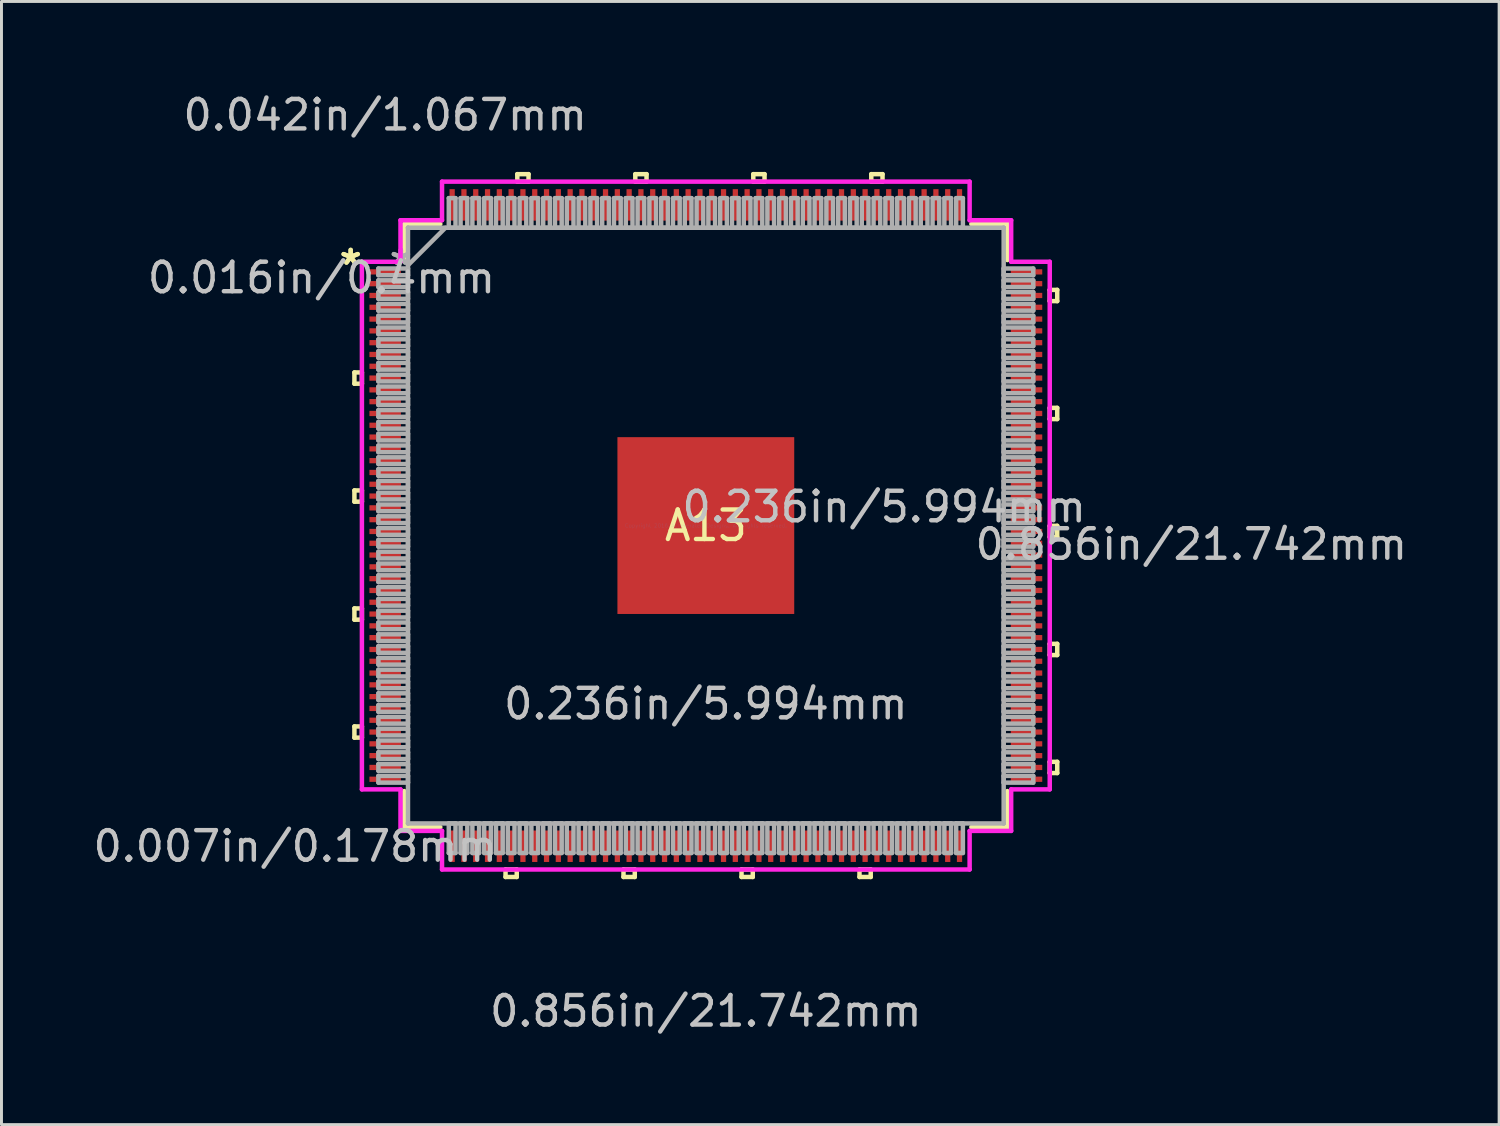
<source format=kicad_pcb>
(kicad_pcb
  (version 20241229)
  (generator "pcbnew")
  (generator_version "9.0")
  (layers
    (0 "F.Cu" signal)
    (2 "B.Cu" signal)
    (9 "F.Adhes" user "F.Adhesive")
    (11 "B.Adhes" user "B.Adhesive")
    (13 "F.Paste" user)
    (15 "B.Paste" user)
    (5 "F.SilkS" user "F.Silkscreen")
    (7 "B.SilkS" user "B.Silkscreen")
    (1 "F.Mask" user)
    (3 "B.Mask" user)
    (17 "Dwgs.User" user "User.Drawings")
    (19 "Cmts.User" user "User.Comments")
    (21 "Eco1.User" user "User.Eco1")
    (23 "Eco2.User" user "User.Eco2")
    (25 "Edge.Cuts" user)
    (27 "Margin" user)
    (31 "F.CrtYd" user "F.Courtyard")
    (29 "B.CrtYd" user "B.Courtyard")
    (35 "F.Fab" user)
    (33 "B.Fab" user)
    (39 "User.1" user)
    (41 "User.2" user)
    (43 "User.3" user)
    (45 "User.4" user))
  (footprint "A13"
    (layer "F.Cu")
    (at 20.878 14.767)
    (property "Reference" "A13" (at 0 0 0) (layer "F.SilkS") (effects (font (size 1 1) (thickness 0.15))))
    (attr through_hole)
    (fp_line (start -11.913 -5.191) (end -11.913 -4.809) (stroke (width 0.152) (type solid)) (layer "F.SilkS"))
    (fp_line (start -11.913 -4.809) (end -11.659 -4.809) (stroke (width 0.152) (type solid)) (layer "F.SilkS"))
    (fp_line (start -11.913 -1.191) (end -11.913 -0.81) (stroke (width 0.152) (type solid)) (layer "F.SilkS"))
    (fp_line (start -11.913 -0.81) (end -11.659 -0.81) (stroke (width 0.152) (type solid)) (layer "F.SilkS"))
    (fp_line (start -11.913 2.809) (end -11.913 3.19) (stroke (width 0.152) (type solid)) (layer "F.SilkS"))
    (fp_line (start -11.913 3.19) (end -11.659 3.19) (stroke (width 0.152) (type solid)) (layer "F.SilkS"))
    (fp_line (start -11.913 6.809) (end -11.913 7.19) (stroke (width 0.152) (type solid)) (layer "F.SilkS"))
    (fp_line (start -11.913 7.19) (end -11.659 7.19) (stroke (width 0.152) (type solid)) (layer "F.SilkS"))
    (fp_line (start -11.659 -5.191) (end -11.913 -5.191) (stroke (width 0.152) (type solid)) (layer "F.SilkS"))
    (fp_line (start -11.659 -4.809) (end -11.659 -5.191) (stroke (width 0.152) (type solid)) (layer "F.SilkS"))
    (fp_line (start -11.659 -1.191) (end -11.913 -1.191) (stroke (width 0.152) (type solid)) (layer "F.SilkS"))
    (fp_line (start -11.659 -0.81) (end -11.659 -1.191) (stroke (width 0.152) (type solid)) (layer "F.SilkS"))
    (fp_line (start -11.659 2.809) (end -11.913 2.809) (stroke (width 0.152) (type solid)) (layer "F.SilkS"))
    (fp_line (start -11.659 3.19) (end -11.659 2.809) (stroke (width 0.152) (type solid)) (layer "F.SilkS"))
    (fp_line (start -11.659 6.809) (end -11.913 6.809) (stroke (width 0.152) (type solid)) (layer "F.SilkS"))
    (fp_line (start -11.659 7.19) (end -11.659 6.809) (stroke (width 0.152) (type solid)) (layer "F.SilkS"))
    (fp_line (start -10.223 -10.223) (end -10.223 -9.001) (stroke (width 0.152) (type solid)) (layer "F.SilkS"))
    (fp_line (start -10.223 9.001) (end -10.223 10.223) (stroke (width 0.152) (type solid)) (layer "F.SilkS"))
    (fp_line (start -10.223 10.223) (end -9.001 10.223) (stroke (width 0.152) (type solid)) (layer "F.SilkS"))
    (fp_line (start -9.001 -10.223) (end -10.223 -10.223) (stroke (width 0.152) (type solid)) (layer "F.SilkS"))
    (fp_line (start -6.79 11.659) (end -6.79 11.913) (stroke (width 0.152) (type solid)) (layer "F.SilkS"))
    (fp_line (start -6.79 11.913) (end -6.41 11.913) (stroke (width 0.152) (type solid)) (layer "F.SilkS"))
    (fp_line (start -6.41 11.659) (end -6.79 11.659) (stroke (width 0.152) (type solid)) (layer "F.SilkS"))
    (fp_line (start -6.41 11.913) (end -6.41 11.659) (stroke (width 0.152) (type solid)) (layer "F.SilkS"))
    (fp_line (start -6.391 -11.913) (end -6.01 -11.913) (stroke (width 0.152) (type solid)) (layer "F.SilkS"))
    (fp_line (start -6.391 -11.659) (end -6.391 -11.913) (stroke (width 0.152) (type solid)) (layer "F.SilkS"))
    (fp_line (start -6.01 -11.913) (end -6.01 -11.659) (stroke (width 0.152) (type solid)) (layer "F.SilkS"))
    (fp_line (start -6.01 -11.659) (end -6.391 -11.659) (stroke (width 0.152) (type solid)) (layer "F.SilkS"))
    (fp_line (start -2.791 11.659) (end -2.791 11.913) (stroke (width 0.152) (type solid)) (layer "F.SilkS"))
    (fp_line (start -2.791 11.913) (end -2.409 11.913) (stroke (width 0.152) (type solid)) (layer "F.SilkS"))
    (fp_line (start -2.409 11.659) (end -2.791 11.659) (stroke (width 0.152) (type solid)) (layer "F.SilkS"))
    (fp_line (start -2.409 11.913) (end -2.409 11.659) (stroke (width 0.152) (type solid)) (layer "F.SilkS"))
    (fp_line (start -2.391 -11.913) (end -2.01 -11.913) (stroke (width 0.152) (type solid)) (layer "F.SilkS"))
    (fp_line (start -2.391 -11.659) (end -2.391 -11.913) (stroke (width 0.152) (type solid)) (layer "F.SilkS"))
    (fp_line (start -2.01 -11.913) (end -2.01 -11.659) (stroke (width 0.152) (type solid)) (layer "F.SilkS"))
    (fp_line (start -2.01 -11.659) (end -2.391 -11.659) (stroke (width 0.152) (type solid)) (layer "F.SilkS"))
    (fp_line (start 1.21 11.659) (end 1.21 11.913) (stroke (width 0.152) (type solid)) (layer "F.SilkS"))
    (fp_line (start 1.21 11.913) (end 1.591 11.913) (stroke (width 0.152) (type solid)) (layer "F.SilkS"))
    (fp_line (start 1.591 11.659) (end 1.21 11.659) (stroke (width 0.152) (type solid)) (layer "F.SilkS"))
    (fp_line (start 1.591 11.913) (end 1.591 11.659) (stroke (width 0.152) (type solid)) (layer "F.SilkS"))
    (fp_line (start 1.609 -11.913) (end 1.99 -11.913) (stroke (width 0.152) (type solid)) (layer "F.SilkS"))
    (fp_line (start 1.609 -11.659) (end 1.609 -11.913) (stroke (width 0.152) (type solid)) (layer "F.SilkS"))
    (fp_line (start 1.99 -11.913) (end 1.99 -11.659) (stroke (width 0.152) (type solid)) (layer "F.SilkS"))
    (fp_line (start 1.99 -11.659) (end 1.609 -11.659) (stroke (width 0.152) (type solid)) (layer "F.SilkS"))
    (fp_line (start 5.209 11.659) (end 5.209 11.913) (stroke (width 0.152) (type solid)) (layer "F.SilkS"))
    (fp_line (start 5.209 11.913) (end 5.59 11.913) (stroke (width 0.152) (type solid)) (layer "F.SilkS"))
    (fp_line (start 5.59 11.659) (end 5.209 11.659) (stroke (width 0.152) (type solid)) (layer "F.SilkS"))
    (fp_line (start 5.59 11.913) (end 5.59 11.659) (stroke (width 0.152) (type solid)) (layer "F.SilkS"))
    (fp_line (start 5.609 -11.913) (end 5.99 -11.913) (stroke (width 0.152) (type solid)) (layer "F.SilkS"))
    (fp_line (start 5.609 -11.659) (end 5.609 -11.913) (stroke (width 0.152) (type solid)) (layer "F.SilkS"))
    (fp_line (start 5.99 -11.913) (end 5.99 -11.659) (stroke (width 0.152) (type solid)) (layer "F.SilkS"))
    (fp_line (start 5.99 -11.659) (end 5.609 -11.659) (stroke (width 0.152) (type solid)) (layer "F.SilkS"))
    (fp_line (start 9.001 10.223) (end 10.223 10.223) (stroke (width 0.152) (type solid)) (layer "F.SilkS"))
    (fp_line (start 10.223 -10.223) (end 9.001 -10.223) (stroke (width 0.152) (type solid)) (layer "F.SilkS"))
    (fp_line (start 10.223 -9.001) (end 10.223 -10.223) (stroke (width 0.152) (type solid)) (layer "F.SilkS"))
    (fp_line (start 10.223 10.223) (end 10.223 9.001) (stroke (width 0.152) (type solid)) (layer "F.SilkS"))
    (fp_line (start 11.659 -7.99) (end 11.913 -7.99) (stroke (width 0.152) (type solid)) (layer "F.SilkS"))
    (fp_line (start 11.659 -7.609) (end 11.659 -7.99) (stroke (width 0.152) (type solid)) (layer "F.SilkS"))
    (fp_line (start 11.659 -3.99) (end 11.913 -3.99) (stroke (width 0.152) (type solid)) (layer "F.SilkS"))
    (fp_line (start 11.659 -3.61) (end 11.659 -3.99) (stroke (width 0.152) (type solid)) (layer "F.SilkS"))
    (fp_line (start 11.659 0.009) (end 11.913 0.009) (stroke (width 0.152) (type solid)) (layer "F.SilkS"))
    (fp_line (start 11.659 0.391) (end 11.659 0.009) (stroke (width 0.152) (type solid)) (layer "F.SilkS"))
    (fp_line (start 11.659 4.009) (end 11.913 4.009) (stroke (width 0.152) (type solid)) (layer "F.SilkS"))
    (fp_line (start 11.659 4.39) (end 11.659 4.009) (stroke (width 0.152) (type solid)) (layer "F.SilkS"))
    (fp_line (start 11.659 8.009) (end 11.913 8.009) (stroke (width 0.152) (type solid)) (layer "F.SilkS"))
    (fp_line (start 11.659 8.39) (end 11.659 8.009) (stroke (width 0.152) (type solid)) (layer "F.SilkS"))
    (fp_line (start 11.913 -7.99) (end 11.913 -7.609) (stroke (width 0.152) (type solid)) (layer "F.SilkS"))
    (fp_line (start 11.913 -7.609) (end 11.659 -7.609) (stroke (width 0.152) (type solid)) (layer "F.SilkS"))
    (fp_line (start 11.913 -3.99) (end 11.913 -3.61) (stroke (width 0.152) (type solid)) (layer "F.SilkS"))
    (fp_line (start 11.913 -3.61) (end 11.659 -3.61) (stroke (width 0.152) (type solid)) (layer "F.SilkS"))
    (fp_line (start 11.913 0.009) (end 11.913 0.391) (stroke (width 0.152) (type solid)) (layer "F.SilkS"))
    (fp_line (start 11.913 0.391) (end 11.659 0.391) (stroke (width 0.152) (type solid)) (layer "F.SilkS"))
    (fp_line (start 11.913 4.009) (end 11.913 4.39) (stroke (width 0.152) (type solid)) (layer "F.SilkS"))
    (fp_line (start 11.913 4.39) (end 11.659 4.39) (stroke (width 0.152) (type solid)) (layer "F.SilkS"))
    (fp_line (start 11.913 8.009) (end 11.913 8.39) (stroke (width 0.152) (type solid)) (layer "F.SilkS"))
    (fp_line (start 11.913 8.39) (end 11.659 8.39) (stroke (width 0.152) (type solid)) (layer "F.SilkS"))
    (fp_line (start -2.897 -2.897) (end -2.897 -1.599) (stroke (width 0.152) (type solid)) (layer "F.Paste"))
    (fp_line (start -2.897 -1.599) (end -1.599 -1.599) (stroke (width 0.152) (type solid)) (layer "F.Paste"))
    (fp_line (start -2.897 -1.399) (end -2.897 -0.1) (stroke (width 0.152) (type solid)) (layer "F.Paste"))
    (fp_line (start -2.897 -0.1) (end -1.599 -0.1) (stroke (width 0.152) (type solid)) (layer "F.Paste"))
    (fp_line (start -2.897 0.1) (end -2.897 1.399) (stroke (width 0.152) (type solid)) (layer "F.Paste"))
    (fp_line (start -2.897 1.399) (end -1.599 1.399) (stroke (width 0.152) (type solid)) (layer "F.Paste"))
    (fp_line (start -2.897 1.599) (end -2.897 2.897) (stroke (width 0.152) (type solid)) (layer "F.Paste"))
    (fp_line (start -2.897 2.897) (end -1.599 2.897) (stroke (width 0.152) (type solid)) (layer "F.Paste"))
    (fp_line (start -1.599 -2.897) (end -2.897 -2.897) (stroke (width 0.152) (type solid)) (layer "F.Paste"))
    (fp_line (start -1.599 -1.599) (end -1.599 -2.897) (stroke (width 0.152) (type solid)) (layer "F.Paste"))
    (fp_line (start -1.599 -1.399) (end -2.897 -1.399) (stroke (width 0.152) (type solid)) (layer "F.Paste"))
    (fp_line (start -1.599 -0.1) (end -1.599 -1.399) (stroke (width 0.152) (type solid)) (layer "F.Paste"))
    (fp_line (start -1.599 0.1) (end -2.897 0.1) (stroke (width 0.152) (type solid)) (layer "F.Paste"))
    (fp_line (start -1.599 1.399) (end -1.599 0.1) (stroke (width 0.152) (type solid)) (layer "F.Paste"))
    (fp_line (start -1.599 1.599) (end -2.897 1.599) (stroke (width 0.152) (type solid)) (layer "F.Paste"))
    (fp_line (start -1.599 2.897) (end -1.599 1.599) (stroke (width 0.152) (type solid)) (layer "F.Paste"))
    (fp_line (start -1.399 -2.897) (end -1.399 -1.599) (stroke (width 0.152) (type solid)) (layer "F.Paste"))
    (fp_line (start -1.399 -1.599) (end -0.1 -1.599) (stroke (width 0.152) (type solid)) (layer "F.Paste"))
    (fp_line (start -1.399 -1.399) (end -1.399 -0.1) (stroke (width 0.152) (type solid)) (layer "F.Paste"))
    (fp_line (start -1.399 -0.1) (end -0.1 -0.1) (stroke (width 0.152) (type solid)) (layer "F.Paste"))
    (fp_line (start -1.399 0.1) (end -1.399 1.399) (stroke (width 0.152) (type solid)) (layer "F.Paste"))
    (fp_line (start -1.399 1.399) (end -0.1 1.399) (stroke (width 0.152) (type solid)) (layer "F.Paste"))
    (fp_line (start -1.399 1.599) (end -1.399 2.897) (stroke (width 0.152) (type solid)) (layer "F.Paste"))
    (fp_line (start -1.399 2.897) (end -0.1 2.897) (stroke (width 0.152) (type solid)) (layer "F.Paste"))
    (fp_line (start -0.1 -2.897) (end -1.399 -2.897) (stroke (width 0.152) (type solid)) (layer "F.Paste"))
    (fp_line (start -0.1 -1.599) (end -0.1 -2.897) (stroke (width 0.152) (type solid)) (layer "F.Paste"))
    (fp_line (start -0.1 -1.399) (end -1.399 -1.399) (stroke (width 0.152) (type solid)) (layer "F.Paste"))
    (fp_line (start -0.1 -0.1) (end -0.1 -1.399) (stroke (width 0.152) (type solid)) (layer "F.Paste"))
    (fp_line (start -0.1 0.1) (end -1.399 0.1) (stroke (width 0.152) (type solid)) (layer "F.Paste"))
    (fp_line (start -0.1 1.399) (end -0.1 0.1) (stroke (width 0.152) (type solid)) (layer "F.Paste"))
    (fp_line (start -0.1 1.599) (end -1.399 1.599) (stroke (width 0.152) (type solid)) (layer "F.Paste"))
    (fp_line (start -0.1 2.897) (end -0.1 1.599) (stroke (width 0.152) (type solid)) (layer "F.Paste"))
    (fp_line (start 0.1 -2.897) (end 0.1 -1.599) (stroke (width 0.152) (type solid)) (layer "F.Paste"))
    (fp_line (start 0.1 -1.599) (end 1.399 -1.599) (stroke (width 0.152) (type solid)) (layer "F.Paste"))
    (fp_line (start 0.1 -1.399) (end 0.1 -0.1) (stroke (width 0.152) (type solid)) (layer "F.Paste"))
    (fp_line (start 0.1 -0.1) (end 1.399 -0.1) (stroke (width 0.152) (type solid)) (layer "F.Paste"))
    (fp_line (start 0.1 0.1) (end 0.1 1.399) (stroke (width 0.152) (type solid)) (layer "F.Paste"))
    (fp_line (start 0.1 1.399) (end 1.399 1.399) (stroke (width 0.152) (type solid)) (layer "F.Paste"))
    (fp_line (start 0.1 1.599) (end 0.1 2.897) (stroke (width 0.152) (type solid)) (layer "F.Paste"))
    (fp_line (start 0.1 2.897) (end 1.399 2.897) (stroke (width 0.152) (type solid)) (layer "F.Paste"))
    (fp_line (start 1.399 -2.897) (end 0.1 -2.897) (stroke (width 0.152) (type solid)) (layer "F.Paste"))
    (fp_line (start 1.399 -1.599) (end 1.399 -2.897) (stroke (width 0.152) (type solid)) (layer "F.Paste"))
    (fp_line (start 1.399 -1.399) (end 0.1 -1.399) (stroke (width 0.152) (type solid)) (layer "F.Paste"))
    (fp_line (start 1.399 -0.1) (end 1.399 -1.399) (stroke (width 0.152) (type solid)) (layer "F.Paste"))
    (fp_line (start 1.399 0.1) (end 0.1 0.1) (stroke (width 0.152) (type solid)) (layer "F.Paste"))
    (fp_line (start 1.399 1.399) (end 1.399 0.1) (stroke (width 0.152) (type solid)) (layer "F.Paste"))
    (fp_line (start 1.399 1.599) (end 0.1 1.599) (stroke (width 0.152) (type solid)) (layer "F.Paste"))
    (fp_line (start 1.399 2.897) (end 1.399 1.599) (stroke (width 0.152) (type solid)) (layer "F.Paste"))
    (fp_line (start 1.599 -2.897) (end 1.599 -1.599) (stroke (width 0.152) (type solid)) (layer "F.Paste"))
    (fp_line (start 1.599 -1.599) (end 2.897 -1.599) (stroke (width 0.152) (type solid)) (layer "F.Paste"))
    (fp_line (start 1.599 -1.399) (end 1.599 -0.1) (stroke (width 0.152) (type solid)) (layer "F.Paste"))
    (fp_line (start 1.599 -0.1) (end 2.897 -0.1) (stroke (width 0.152) (type solid)) (layer "F.Paste"))
    (fp_line (start 1.599 0.1) (end 1.599 1.399) (stroke (width 0.152) (type solid)) (layer "F.Paste"))
    (fp_line (start 1.599 1.399) (end 2.897 1.399) (stroke (width 0.152) (type solid)) (layer "F.Paste"))
    (fp_line (start 1.599 1.599) (end 1.599 2.897) (stroke (width 0.152) (type solid)) (layer "F.Paste"))
    (fp_line (start 1.599 2.897) (end 2.897 2.897) (stroke (width 0.152) (type solid)) (layer "F.Paste"))
    (fp_line (start 2.897 -2.897) (end 1.599 -2.897) (stroke (width 0.152) (type solid)) (layer "F.Paste"))
    (fp_line (start 2.897 -1.599) (end 2.897 -2.897) (stroke (width 0.152) (type solid)) (layer "F.Paste"))
    (fp_line (start 2.897 -1.399) (end 1.599 -1.399) (stroke (width 0.152) (type solid)) (layer "F.Paste"))
    (fp_line (start 2.897 -0.1) (end 2.897 -1.399) (stroke (width 0.152) (type solid)) (layer "F.Paste"))
    (fp_line (start 2.897 0.1) (end 1.599 0.1) (stroke (width 0.152) (type solid)) (layer "F.Paste"))
    (fp_line (start 2.897 1.399) (end 2.897 0.1) (stroke (width 0.152) (type solid)) (layer "F.Paste"))
    (fp_line (start 2.897 1.599) (end 1.599 1.599) (stroke (width 0.152) (type solid)) (layer "F.Paste"))
    (fp_line (start 2.897 2.897) (end 2.897 1.599) (stroke (width 0.152) (type solid)) (layer "F.Paste"))
    (fp_line (start -11.659 -8.943) (end -10.351 -8.943) (stroke (width 0.152) (type solid)) (layer "F.CrtYd"))
    (fp_line (start -11.659 8.943) (end -11.659 -8.943) (stroke (width 0.152) (type solid)) (layer "F.CrtYd"))
    (fp_line (start -10.351 -10.351) (end -8.943 -10.351) (stroke (width 0.152) (type solid)) (layer "F.CrtYd"))
    (fp_line (start -10.351 -8.943) (end -10.351 -10.351) (stroke (width 0.152) (type solid)) (layer "F.CrtYd"))
    (fp_line (start -10.351 8.943) (end -11.659 8.943) (stroke (width 0.152) (type solid)) (layer "F.CrtYd"))
    (fp_line (start -10.351 10.351) (end -10.351 8.943) (stroke (width 0.152) (type solid)) (layer "F.CrtYd"))
    (fp_line (start -8.943 -11.659) (end 8.943 -11.659) (stroke (width 0.152) (type solid)) (layer "F.CrtYd"))
    (fp_line (start -8.943 -10.351) (end -8.943 -11.659) (stroke (width 0.152) (type solid)) (layer "F.CrtYd"))
    (fp_line (start -8.943 10.351) (end -10.351 10.351) (stroke (width 0.152) (type solid)) (layer "F.CrtYd"))
    (fp_line (start -8.943 11.659) (end -8.943 10.351) (stroke (width 0.152) (type solid)) (layer "F.CrtYd"))
    (fp_line (start 8.943 -11.659) (end 8.943 -10.351) (stroke (width 0.152) (type solid)) (layer "F.CrtYd"))
    (fp_line (start 8.943 -10.351) (end 10.351 -10.351) (stroke (width 0.152) (type solid)) (layer "F.CrtYd"))
    (fp_line (start 8.943 10.351) (end 8.943 11.659) (stroke (width 0.152) (type solid)) (layer "F.CrtYd"))
    (fp_line (start 8.943 11.659) (end -8.943 11.659) (stroke (width 0.152) (type solid)) (layer "F.CrtYd"))
    (fp_line (start 10.351 -10.351) (end 10.351 -8.943) (stroke (width 0.152) (type solid)) (layer "F.CrtYd"))
    (fp_line (start 10.351 -8.943) (end 11.659 -8.943) (stroke (width 0.152) (type solid)) (layer "F.CrtYd"))
    (fp_line (start 10.351 8.943) (end 10.351 10.351) (stroke (width 0.152) (type solid)) (layer "F.CrtYd"))
    (fp_line (start 10.351 10.351) (end 8.943 10.351) (stroke (width 0.152) (type solid)) (layer "F.CrtYd"))
    (fp_line (start 11.659 -8.943) (end 11.659 8.943) (stroke (width 0.152) (type solid)) (layer "F.CrtYd"))
    (fp_line (start 11.659 8.943) (end 10.351 8.943) (stroke (width 0.152) (type solid)) (layer "F.CrtYd"))
    (fp_line (start -11.1 -8.714) (end -11.1 -8.486) (stroke (width 0.152) (type solid)) (layer "F.Fab"))
    (fp_line (start -11.1 -8.486) (end -10.097 -8.486) (stroke (width 0.152) (type solid)) (layer "F.Fab"))
    (fp_line (start -11.1 -8.314) (end -11.1 -8.086) (stroke (width 0.152) (type solid)) (layer "F.Fab"))
    (fp_line (start -11.1 -8.086) (end -10.097 -8.086) (stroke (width 0.152) (type solid)) (layer "F.Fab"))
    (fp_line (start -11.1 -7.914) (end -11.1 -7.686) (stroke (width 0.152) (type solid)) (layer "F.Fab"))
    (fp_line (start -11.1 -7.686) (end -10.097 -7.686) (stroke (width 0.152) (type solid)) (layer "F.Fab"))
    (fp_line (start -11.1 -7.514) (end -11.1 -7.286) (stroke (width 0.152) (type solid)) (layer "F.Fab"))
    (fp_line (start -11.1 -7.286) (end -10.097 -7.286) (stroke (width 0.152) (type solid)) (layer "F.Fab"))
    (fp_line (start -11.1 -7.114) (end -11.1 -6.886) (stroke (width 0.152) (type solid)) (layer "F.Fab"))
    (fp_line (start -11.1 -6.886) (end -10.097 -6.886) (stroke (width 0.152) (type solid)) (layer "F.Fab"))
    (fp_line (start -11.1 -6.714) (end -11.1 -6.486) (stroke (width 0.152) (type solid)) (layer "F.Fab"))
    (fp_line (start -11.1 -6.486) (end -10.097 -6.486) (stroke (width 0.152) (type solid)) (layer "F.Fab"))
    (fp_line (start -11.1 -6.314) (end -11.1 -6.086) (stroke (width 0.152) (type solid)) (layer "F.Fab"))
    (fp_line (start -11.1 -6.086) (end -10.097 -6.086) (stroke (width 0.152) (type solid)) (layer "F.Fab"))
    (fp_line (start -11.1 -5.914) (end -11.1 -5.686) (stroke (width 0.152) (type solid)) (layer "F.Fab"))
    (fp_line (start -11.1 -5.686) (end -10.097 -5.686) (stroke (width 0.152) (type solid)) (layer "F.Fab"))
    (fp_line (start -11.1 -5.514) (end -11.1 -5.286) (stroke (width 0.152) (type solid)) (layer "F.Fab"))
    (fp_line (start -11.1 -5.286) (end -10.097 -5.286) (stroke (width 0.152) (type solid)) (layer "F.Fab"))
    (fp_line (start -11.1 -5.114) (end -11.1 -4.886) (stroke (width 0.152) (type solid)) (layer "F.Fab"))
    (fp_line (start -11.1 -4.886) (end -10.097 -4.886) (stroke (width 0.152) (type solid)) (layer "F.Fab"))
    (fp_line (start -11.1 -4.714) (end -11.1 -4.486) (stroke (width 0.152) (type solid)) (layer "F.Fab"))
    (fp_line (start -11.1 -4.486) (end -10.097 -4.486) (stroke (width 0.152) (type solid)) (layer "F.Fab"))
    (fp_line (start -11.1 -4.314) (end -11.1 -4.086) (stroke (width 0.152) (type solid)) (layer "F.Fab"))
    (fp_line (start -11.1 -4.086) (end -10.097 -4.086) (stroke (width 0.152) (type solid)) (layer "F.Fab"))
    (fp_line (start -11.1 -3.914) (end -11.1 -3.686) (stroke (width 0.152) (type solid)) (layer "F.Fab"))
    (fp_line (start -11.1 -3.686) (end -10.097 -3.686) (stroke (width 0.152) (type solid)) (layer "F.Fab"))
    (fp_line (start -11.1 -3.514) (end -11.1 -3.286) (stroke (width 0.152) (type solid)) (layer "F.Fab"))
    (fp_line (start -11.1 -3.286) (end -10.097 -3.286) (stroke (width 0.152) (type solid)) (layer "F.Fab"))
    (fp_line (start -11.1 -3.114) (end -11.1 -2.886) (stroke (width 0.152) (type solid)) (layer "F.Fab"))
    (fp_line (start -11.1 -2.886) (end -10.097 -2.886) (stroke (width 0.152) (type solid)) (layer "F.Fab"))
    (fp_line (start -11.1 -2.714) (end -11.1 -2.486) (stroke (width 0.152) (type solid)) (layer "F.Fab"))
    (fp_line (start -11.1 -2.486) (end -10.097 -2.486) (stroke (width 0.152) (type solid)) (layer "F.Fab"))
    (fp_line (start -11.1 -2.314) (end -11.1 -2.086) (stroke (width 0.152) (type solid)) (layer "F.Fab"))
    (fp_line (start -11.1 -2.086) (end -10.097 -2.086) (stroke (width 0.152) (type solid)) (layer "F.Fab"))
    (fp_line (start -11.1 -1.914) (end -11.1 -1.686) (stroke (width 0.152) (type solid)) (layer "F.Fab"))
    (fp_line (start -11.1 -1.686) (end -10.097 -1.686) (stroke (width 0.152) (type solid)) (layer "F.Fab"))
    (fp_line (start -11.1 -1.514) (end -11.1 -1.286) (stroke (width 0.152) (type solid)) (layer "F.Fab"))
    (fp_line (start -11.1 -1.286) (end -10.097 -1.286) (stroke (width 0.152) (type solid)) (layer "F.Fab"))
    (fp_line (start -11.1 -1.114) (end -11.1 -0.886) (stroke (width 0.152) (type solid)) (layer "F.Fab"))
    (fp_line (start -11.1 -0.886) (end -10.097 -0.886) (stroke (width 0.152) (type solid)) (layer "F.Fab"))
    (fp_line (start -11.1 -0.714) (end -11.1 -0.486) (stroke (width 0.152) (type solid)) (layer "F.Fab"))
    (fp_line (start -11.1 -0.486) (end -10.097 -0.486) (stroke (width 0.152) (type solid)) (layer "F.Fab"))
    (fp_line (start -11.1 -0.314) (end -11.1 -0.086) (stroke (width 0.152) (type solid)) (layer "F.Fab"))
    (fp_line (start -11.1 -0.086) (end -10.097 -0.086) (stroke (width 0.152) (type solid)) (layer "F.Fab"))
    (fp_line (start -11.1 0.086) (end -11.1 0.314) (stroke (width 0.152) (type solid)) (layer "F.Fab"))
    (fp_line (start -11.1 0.314) (end -10.097 0.314) (stroke (width 0.152) (type solid)) (layer "F.Fab"))
    (fp_line (start -11.1 0.486) (end -11.1 0.714) (stroke (width 0.152) (type solid)) (layer "F.Fab"))
    (fp_line (start -11.1 0.714) (end -10.097 0.714) (stroke (width 0.152) (type solid)) (layer "F.Fab"))
    (fp_line (start -11.1 0.886) (end -11.1 1.114) (stroke (width 0.152) (type solid)) (layer "F.Fab"))
    (fp_line (start -11.1 1.114) (end -10.097 1.114) (stroke (width 0.152) (type solid)) (layer "F.Fab"))
    (fp_line (start -11.1 1.286) (end -11.1 1.514) (stroke (width 0.152) (type solid)) (layer "F.Fab"))
    (fp_line (start -11.1 1.514) (end -10.097 1.514) (stroke (width 0.152) (type solid)) (layer "F.Fab"))
    (fp_line (start -11.1 1.686) (end -11.1 1.914) (stroke (width 0.152) (type solid)) (layer "F.Fab"))
    (fp_line (start -11.1 1.914) (end -10.097 1.914) (stroke (width 0.152) (type solid)) (layer "F.Fab"))
    (fp_line (start -11.1 2.086) (end -11.1 2.314) (stroke (width 0.152) (type solid)) (layer "F.Fab"))
    (fp_line (start -11.1 2.314) (end -10.097 2.314) (stroke (width 0.152) (type solid)) (layer "F.Fab"))
    (fp_line (start -11.1 2.486) (end -11.1 2.714) (stroke (width 0.152) (type solid)) (layer "F.Fab"))
    (fp_line (start -11.1 2.714) (end -10.097 2.714) (stroke (width 0.152) (type solid)) (layer "F.Fab"))
    (fp_line (start -11.1 2.886) (end -11.1 3.114) (stroke (width 0.152) (type solid)) (layer "F.Fab"))
    (fp_line (start -11.1 3.114) (end -10.097 3.114) (stroke (width 0.152) (type solid)) (layer "F.Fab"))
    (fp_line (start -11.1 3.286) (end -11.1 3.514) (stroke (width 0.152) (type solid)) (layer "F.Fab"))
    (fp_line (start -11.1 3.514) (end -10.097 3.514) (stroke (width 0.152) (type solid)) (layer "F.Fab"))
    (fp_line (start -11.1 3.686) (end -11.1 3.914) (stroke (width 0.152) (type solid)) (layer "F.Fab"))
    (fp_line (start -11.1 3.914) (end -10.097 3.914) (stroke (width 0.152) (type solid)) (layer "F.Fab"))
    (fp_line (start -11.1 4.086) (end -11.1 4.314) (stroke (width 0.152) (type solid)) (layer "F.Fab"))
    (fp_line (start -11.1 4.314) (end -10.097 4.314) (stroke (width 0.152) (type solid)) (layer "F.Fab"))
    (fp_line (start -11.1 4.486) (end -11.1 4.714) (stroke (width 0.152) (type solid)) (layer "F.Fab"))
    (fp_line (start -11.1 4.714) (end -10.097 4.714) (stroke (width 0.152) (type solid)) (layer "F.Fab"))
    (fp_line (start -11.1 4.886) (end -11.1 5.114) (stroke (width 0.152) (type solid)) (layer "F.Fab"))
    (fp_line (start -11.1 5.114) (end -10.097 5.114) (stroke (width 0.152) (type solid)) (layer "F.Fab"))
    (fp_line (start -11.1 5.286) (end -11.1 5.514) (stroke (width 0.152) (type solid)) (layer "F.Fab"))
    (fp_line (start -11.1 5.514) (end -10.097 5.514) (stroke (width 0.152) (type solid)) (layer "F.Fab"))
    (fp_line (start -11.1 5.686) (end -11.1 5.914) (stroke (width 0.152) (type solid)) (layer "F.Fab"))
    (fp_line (start -11.1 5.914) (end -10.097 5.914) (stroke (width 0.152) (type solid)) (layer "F.Fab"))
    (fp_line (start -11.1 6.086) (end -11.1 6.314) (stroke (width 0.152) (type solid)) (layer "F.Fab"))
    (fp_line (start -11.1 6.314) (end -10.097 6.314) (stroke (width 0.152) (type solid)) (layer "F.Fab"))
    (fp_line (start -11.1 6.486) (end -11.1 6.714) (stroke (width 0.152) (type solid)) (layer "F.Fab"))
    (fp_line (start -11.1 6.714) (end -10.097 6.714) (stroke (width 0.152) (type solid)) (layer "F.Fab"))
    (fp_line (start -11.1 6.886) (end -11.1 7.114) (stroke (width 0.152) (type solid)) (layer "F.Fab"))
    (fp_line (start -11.1 7.114) (end -10.097 7.114) (stroke (width 0.152) (type solid)) (layer "F.Fab"))
    (fp_line (start -11.1 7.286) (end -11.1 7.514) (stroke (width 0.152) (type solid)) (layer "F.Fab"))
    (fp_line (start -11.1 7.514) (end -10.097 7.514) (stroke (width 0.152) (type solid)) (layer "F.Fab"))
    (fp_line (start -11.1 7.686) (end -11.1 7.914) (stroke (width 0.152) (type solid)) (layer "F.Fab"))
    (fp_line (start -11.1 7.914) (end -10.097 7.914) (stroke (width 0.152) (type solid)) (layer "F.Fab"))
    (fp_line (start -11.1 8.086) (end -11.1 8.314) (stroke (width 0.152) (type solid)) (layer "F.Fab"))
    (fp_line (start -11.1 8.314) (end -10.097 8.314) (stroke (width 0.152) (type solid)) (layer "F.Fab"))
    (fp_line (start -11.1 8.486) (end -11.1 8.714) (stroke (width 0.152) (type solid)) (layer "F.Fab"))
    (fp_line (start -11.1 8.714) (end -10.097 8.714) (stroke (width 0.152) (type solid)) (layer "F.Fab"))
    (fp_line (start -10.097 -10.097) (end -10.097 -10.097) (stroke (width 0.152) (type solid)) (layer "F.Fab"))
    (fp_line (start -10.097 -10.097) (end -10.097 10.097) (stroke (width 0.152) (type solid)) (layer "F.Fab"))
    (fp_line (start -10.097 -8.826) (end -8.826 -10.097) (stroke (width 0.152) (type solid)) (layer "F.Fab"))
    (fp_line (start -10.097 -8.714) (end -11.1 -8.714) (stroke (width 0.152) (type solid)) (layer "F.Fab"))
    (fp_line (start -10.097 -8.486) (end -10.097 -8.714) (stroke (width 0.152) (type solid)) (layer "F.Fab"))
    (fp_line (start -10.097 -8.314) (end -11.1 -8.314) (stroke (width 0.152) (type solid)) (layer "F.Fab"))
    (fp_line (start -10.097 -8.086) (end -10.097 -8.314) (stroke (width 0.152) (type solid)) (layer "F.Fab"))
    (fp_line (start -10.097 -7.914) (end -11.1 -7.914) (stroke (width 0.152) (type solid)) (layer "F.Fab"))
    (fp_line (start -10.097 -7.686) (end -10.097 -7.914) (stroke (width 0.152) (type solid)) (layer "F.Fab"))
    (fp_line (start -10.097 -7.514) (end -11.1 -7.514) (stroke (width 0.152) (type solid)) (layer "F.Fab"))
    (fp_line (start -10.097 -7.286) (end -10.097 -7.514) (stroke (width 0.152) (type solid)) (layer "F.Fab"))
    (fp_line (start -10.097 -7.114) (end -11.1 -7.114) (stroke (width 0.152) (type solid)) (layer "F.Fab"))
    (fp_line (start -10.097 -6.886) (end -10.097 -7.114) (stroke (width 0.152) (type solid)) (layer "F.Fab"))
    (fp_line (start -10.097 -6.714) (end -11.1 -6.714) (stroke (width 0.152) (type solid)) (layer "F.Fab"))
    (fp_line (start -10.097 -6.486) (end -10.097 -6.714) (stroke (width 0.152) (type solid)) (layer "F.Fab"))
    (fp_line (start -10.097 -6.314) (end -11.1 -6.314) (stroke (width 0.152) (type solid)) (layer "F.Fab"))
    (fp_line (start -10.097 -6.086) (end -10.097 -6.314) (stroke (width 0.152) (type solid)) (layer "F.Fab"))
    (fp_line (start -10.097 -5.914) (end -11.1 -5.914) (stroke (width 0.152) (type solid)) (layer "F.Fab"))
    (fp_line (start -10.097 -5.686) (end -10.097 -5.914) (stroke (width 0.152) (type solid)) (layer "F.Fab"))
    (fp_line (start -10.097 -5.514) (end -11.1 -5.514) (stroke (width 0.152) (type solid)) (layer "F.Fab"))
    (fp_line (start -10.097 -5.286) (end -10.097 -5.514) (stroke (width 0.152) (type solid)) (layer "F.Fab"))
    (fp_line (start -10.097 -5.114) (end -11.1 -5.114) (stroke (width 0.152) (type solid)) (layer "F.Fab"))
    (fp_line (start -10.097 -4.886) (end -10.097 -5.114) (stroke (width 0.152) (type solid)) (layer "F.Fab"))
    (fp_line (start -10.097 -4.714) (end -11.1 -4.714) (stroke (width 0.152) (type solid)) (layer "F.Fab"))
    (fp_line (start -10.097 -4.486) (end -10.097 -4.714) (stroke (width 0.152) (type solid)) (layer "F.Fab"))
    (fp_line (start -10.097 -4.314) (end -11.1 -4.314) (stroke (width 0.152) (type solid)) (layer "F.Fab"))
    (fp_line (start -10.097 -4.086) (end -10.097 -4.314) (stroke (width 0.152) (type solid)) (layer "F.Fab"))
    (fp_line (start -10.097 -3.914) (end -11.1 -3.914) (stroke (width 0.152) (type solid)) (layer "F.Fab"))
    (fp_line (start -10.097 -3.686) (end -10.097 -3.914) (stroke (width 0.152) (type solid)) (layer "F.Fab"))
    (fp_line (start -10.097 -3.514) (end -11.1 -3.514) (stroke (width 0.152) (type solid)) (layer "F.Fab"))
    (fp_line (start -10.097 -3.286) (end -10.097 -3.514) (stroke (width 0.152) (type solid)) (layer "F.Fab"))
    (fp_line (start -10.097 -3.114) (end -11.1 -3.114) (stroke (width 0.152) (type solid)) (layer "F.Fab"))
    (fp_line (start -10.097 -2.886) (end -10.097 -3.114) (stroke (width 0.152) (type solid)) (layer "F.Fab"))
    (fp_line (start -10.097 -2.714) (end -11.1 -2.714) (stroke (width 0.152) (type solid)) (layer "F.Fab"))
    (fp_line (start -10.097 -2.486) (end -10.097 -2.714) (stroke (width 0.152) (type solid)) (layer "F.Fab"))
    (fp_line (start -10.097 -2.314) (end -11.1 -2.314) (stroke (width 0.152) (type solid)) (layer "F.Fab"))
    (fp_line (start -10.097 -2.086) (end -10.097 -2.314) (stroke (width 0.152) (type solid)) (layer "F.Fab"))
    (fp_line (start -10.097 -1.914) (end -11.1 -1.914) (stroke (width 0.152) (type solid)) (layer "F.Fab"))
    (fp_line (start -10.097 -1.686) (end -10.097 -1.914) (stroke (width 0.152) (type solid)) (layer "F.Fab"))
    (fp_line (start -10.097 -1.514) (end -11.1 -1.514) (stroke (width 0.152) (type solid)) (layer "F.Fab"))
    (fp_line (start -10.097 -1.286) (end -10.097 -1.514) (stroke (width 0.152) (type solid)) (layer "F.Fab"))
    (fp_line (start -10.097 -1.114) (end -11.1 -1.114) (stroke (width 0.152) (type solid)) (layer "F.Fab"))
    (fp_line (start -10.097 -0.886) (end -10.097 -1.114) (stroke (width 0.152) (type solid)) (layer "F.Fab"))
    (fp_line (start -10.097 -0.714) (end -11.1 -0.714) (stroke (width 0.152) (type solid)) (layer "F.Fab"))
    (fp_line (start -10.097 -0.486) (end -10.097 -0.714) (stroke (width 0.152) (type solid)) (layer "F.Fab"))
    (fp_line (start -10.097 -0.314) (end -11.1 -0.314) (stroke (width 0.152) (type solid)) (layer "F.Fab"))
    (fp_line (start -10.097 -0.086) (end -10.097 -0.314) (stroke (width 0.152) (type solid)) (layer "F.Fab"))
    (fp_line (start -10.097 0.086) (end -11.1 0.086) (stroke (width 0.152) (type solid)) (layer "F.Fab"))
    (fp_line (start -10.097 0.314) (end -10.097 0.086) (stroke (width 0.152) (type solid)) (layer "F.Fab"))
    (fp_line (start -10.097 0.486) (end -11.1 0.486) (stroke (width 0.152) (type solid)) (layer "F.Fab"))
    (fp_line (start -10.097 0.714) (end -10.097 0.486) (stroke (width 0.152) (type solid)) (layer "F.Fab"))
    (fp_line (start -10.097 0.886) (end -11.1 0.886) (stroke (width 0.152) (type solid)) (layer "F.Fab"))
    (fp_line (start -10.097 1.114) (end -10.097 0.886) (stroke (width 0.152) (type solid)) (layer "F.Fab"))
    (fp_line (start -10.097 1.286) (end -11.1 1.286) (stroke (width 0.152) (type solid)) (layer "F.Fab"))
    (fp_line (start -10.097 1.514) (end -10.097 1.286) (stroke (width 0.152) (type solid)) (layer "F.Fab"))
    (fp_line (start -10.097 1.686) (end -11.1 1.686) (stroke (width 0.152) (type solid)) (layer "F.Fab"))
    (fp_line (start -10.097 1.914) (end -10.097 1.686) (stroke (width 0.152) (type solid)) (layer "F.Fab"))
    (fp_line (start -10.097 2.086) (end -11.1 2.086) (stroke (width 0.152) (type solid)) (layer "F.Fab"))
    (fp_line (start -10.097 2.314) (end -10.097 2.086) (stroke (width 0.152) (type solid)) (layer "F.Fab"))
    (fp_line (start -10.097 2.486) (end -11.1 2.486) (stroke (width 0.152) (type solid)) (layer "F.Fab"))
    (fp_line (start -10.097 2.714) (end -10.097 2.486) (stroke (width 0.152) (type solid)) (layer "F.Fab"))
    (fp_line (start -10.097 2.886) (end -11.1 2.886) (stroke (width 0.152) (type solid)) (layer "F.Fab"))
    (fp_line (start -10.097 3.114) (end -10.097 2.886) (stroke (width 0.152) (type solid)) (layer "F.Fab"))
    (fp_line (start -10.097 3.286) (end -11.1 3.286) (stroke (width 0.152) (type solid)) (layer "F.Fab"))
    (fp_line (start -10.097 3.514) (end -10.097 3.286) (stroke (width 0.152) (type solid)) (layer "F.Fab"))
    (fp_line (start -10.097 3.686) (end -11.1 3.686) (stroke (width 0.152) (type solid)) (layer "F.Fab"))
    (fp_line (start -10.097 3.914) (end -10.097 3.686) (stroke (width 0.152) (type solid)) (layer "F.Fab"))
    (fp_line (start -10.097 4.086) (end -11.1 4.086) (stroke (width 0.152) (type solid)) (layer "F.Fab"))
    (fp_line (start -10.097 4.314) (end -10.097 4.086) (stroke (width 0.152) (type solid)) (layer "F.Fab"))
    (fp_line (start -10.097 4.486) (end -11.1 4.486) (stroke (width 0.152) (type solid)) (layer "F.Fab"))
    (fp_line (start -10.097 4.714) (end -10.097 4.486) (stroke (width 0.152) (type solid)) (layer "F.Fab"))
    (fp_line (start -10.097 4.886) (end -11.1 4.886) (stroke (width 0.152) (type solid)) (layer "F.Fab"))
    (fp_line (start -10.097 5.114) (end -10.097 4.886) (stroke (width 0.152) (type solid)) (layer "F.Fab"))
    (fp_line (start -10.097 5.286) (end -11.1 5.286) (stroke (width 0.152) (type solid)) (layer "F.Fab"))
    (fp_line (start -10.097 5.514) (end -10.097 5.286) (stroke (width 0.152) (type solid)) (layer "F.Fab"))
    (fp_line (start -10.097 5.686) (end -11.1 5.686) (stroke (width 0.152) (type solid)) (layer "F.Fab"))
    (fp_line (start -10.097 5.914) (end -10.097 5.686) (stroke (width 0.152) (type solid)) (layer "F.Fab"))
    (fp_line (start -10.097 6.086) (end -11.1 6.086) (stroke (width 0.152) (type solid)) (layer "F.Fab"))
    (fp_line (start -10.097 6.314) (end -10.097 6.086) (stroke (width 0.152) (type solid)) (layer "F.Fab"))
    (fp_line (start -10.097 6.486) (end -11.1 6.486) (stroke (width 0.152) (type solid)) (layer "F.Fab"))
    (fp_line (start -10.097 6.714) (end -10.097 6.486) (stroke (width 0.152) (type solid)) (layer "F.Fab"))
    (fp_line (start -10.097 6.886) (end -11.1 6.886) (stroke (width 0.152) (type solid)) (layer "F.Fab"))
    (fp_line (start -10.097 7.114) (end -10.097 6.886) (stroke (width 0.152) (type solid)) (layer "F.Fab"))
    (fp_line (start -10.097 7.286) (end -11.1 7.286) (stroke (width 0.152) (type solid)) (layer "F.Fab"))
    (fp_line (start -10.097 7.514) (end -10.097 7.286) (stroke (width 0.152) (type solid)) (layer "F.Fab"))
    (fp_line (start -10.097 7.686) (end -11.1 7.686) (stroke (width 0.152) (type solid)) (layer "F.Fab"))
    (fp_line (start -10.097 7.914) (end -10.097 7.686) (stroke (width 0.152) (type solid)) (layer "F.Fab"))
    (fp_line (start -10.097 8.086) (end -11.1 8.086) (stroke (width 0.152) (type solid)) (layer "F.Fab"))
    (fp_line (start -10.097 8.314) (end -10.097 8.086) (stroke (width 0.152) (type solid)) (layer "F.Fab"))
    (fp_line (start -10.097 8.486) (end -11.1 8.486) (stroke (width 0.152) (type solid)) (layer "F.Fab"))
    (fp_line (start -10.097 8.714) (end -10.097 8.486) (stroke (width 0.152) (type solid)) (layer "F.Fab"))
    (fp_line (start -10.097 10.097) (end -10.097 10.097) (stroke (width 0.152) (type solid)) (layer "F.Fab"))
    (fp_line (start -10.097 10.097) (end 10.097 10.097) (stroke (width 0.152) (type solid)) (layer "F.Fab"))
    (fp_line (start -8.714 -11.1) (end -8.714 -10.097) (stroke (width 0.152) (type solid)) (layer "F.Fab"))
    (fp_line (start -8.714 -10.097) (end -8.486 -10.097) (stroke (width 0.152) (type solid)) (layer "F.Fab"))
    (fp_line (start -8.714 10.097) (end -8.714 11.1) (stroke (width 0.152) (type solid)) (layer "F.Fab"))
    (fp_line (start -8.714 11.1) (end -8.486 11.1) (stroke (width 0.152) (type solid)) (layer "F.Fab"))
    (fp_line (start -8.486 -11.1) (end -8.714 -11.1) (stroke (width 0.152) (type solid)) (layer "F.Fab"))
    (fp_line (start -8.486 -10.097) (end -8.486 -11.1) (stroke (width 0.152) (type solid)) (layer "F.Fab"))
    (fp_line (start -8.486 10.097) (end -8.714 10.097) (stroke (width 0.152) (type solid)) (layer "F.Fab"))
    (fp_line (start -8.486 11.1) (end -8.486 10.097) (stroke (width 0.152) (type solid)) (layer "F.Fab"))
    (fp_line (start -8.314 -11.1) (end -8.314 -10.097) (stroke (width 0.152) (type solid)) (layer "F.Fab"))
    (fp_line (start -8.314 -10.097) (end -8.086 -10.097) (stroke (width 0.152) (type solid)) (layer "F.Fab"))
    (fp_line (start -8.314 10.097) (end -8.314 11.1) (stroke (width 0.152) (type solid)) (layer "F.Fab"))
    (fp_line (start -8.314 11.1) (end -8.086 11.1) (stroke (width 0.152) (type solid)) (layer "F.Fab"))
    (fp_line (start -8.086 -11.1) (end -8.314 -11.1) (stroke (width 0.152) (type solid)) (layer "F.Fab"))
    (fp_line (start -8.086 -10.097) (end -8.086 -11.1) (stroke (width 0.152) (type solid)) (layer "F.Fab"))
    (fp_line (start -8.086 10.097) (end -8.314 10.097) (stroke (width 0.152) (type solid)) (layer "F.Fab"))
    (fp_line (start -8.086 11.1) (end -8.086 10.097) (stroke (width 0.152) (type solid)) (layer "F.Fab"))
    (fp_line (start -7.914 -11.1) (end -7.914 -10.097) (stroke (width 0.152) (type solid)) (layer "F.Fab"))
    (fp_line (start -7.914 -10.097) (end -7.686 -10.097) (stroke (width 0.152) (type solid)) (layer "F.Fab"))
    (fp_line (start -7.914 10.097) (end -7.914 11.1) (stroke (width 0.152) (type solid)) (layer "F.Fab"))
    (fp_line (start -7.914 11.1) (end -7.686 11.1) (stroke (width 0.152) (type solid)) (layer "F.Fab"))
    (fp_line (start -7.686 -11.1) (end -7.914 -11.1) (stroke (width 0.152) (type solid)) (layer "F.Fab"))
    (fp_line (start -7.686 -10.097) (end -7.686 -11.1) (stroke (width 0.152) (type solid)) (layer "F.Fab"))
    (fp_line (start -7.686 10.097) (end -7.914 10.097) (stroke (width 0.152) (type solid)) (layer "F.Fab"))
    (fp_line (start -7.686 11.1) (end -7.686 10.097) (stroke (width 0.152) (type solid)) (layer "F.Fab"))
    (fp_line (start -7.514 -11.1) (end -7.514 -10.097) (stroke (width 0.152) (type solid)) (layer "F.Fab"))
    (fp_line (start -7.514 -10.097) (end -7.286 -10.097) (stroke (width 0.152) (type solid)) (layer "F.Fab"))
    (fp_line (start -7.514 10.097) (end -7.514 11.1) (stroke (width 0.152) (type solid)) (layer "F.Fab"))
    (fp_line (start -7.514 11.1) (end -7.286 11.1) (stroke (width 0.152) (type solid)) (layer "F.Fab"))
    (fp_line (start -7.286 -11.1) (end -7.514 -11.1) (stroke (width 0.152) (type solid)) (layer "F.Fab"))
    (fp_line (start -7.286 -10.097) (end -7.286 -11.1) (stroke (width 0.152) (type solid)) (layer "F.Fab"))
    (fp_line (start -7.286 10.097) (end -7.514 10.097) (stroke (width 0.152) (type solid)) (layer "F.Fab"))
    (fp_line (start -7.286 11.1) (end -7.286 10.097) (stroke (width 0.152) (type solid)) (layer "F.Fab"))
    (fp_line (start -7.114 -11.1) (end -7.114 -10.097) (stroke (width 0.152) (type solid)) (layer "F.Fab"))
    (fp_line (start -7.114 -10.097) (end -6.886 -10.097) (stroke (width 0.152) (type solid)) (layer "F.Fab"))
    (fp_line (start -7.114 10.097) (end -7.114 11.1) (stroke (width 0.152) (type solid)) (layer "F.Fab"))
    (fp_line (start -7.114 11.1) (end -6.886 11.1) (stroke (width 0.152) (type solid)) (layer "F.Fab"))
    (fp_line (start -6.886 -11.1) (end -7.114 -11.1) (stroke (width 0.152) (type solid)) (layer "F.Fab"))
    (fp_line (start -6.886 -10.097) (end -6.886 -11.1) (stroke (width 0.152) (type solid)) (layer "F.Fab"))
    (fp_line (start -6.886 10.097) (end -7.114 10.097) (stroke (width 0.152) (type solid)) (layer "F.Fab"))
    (fp_line (start -6.886 11.1) (end -6.886 10.097) (stroke (width 0.152) (type solid)) (layer "F.Fab"))
    (fp_line (start -6.714 -11.1) (end -6.714 -10.097) (stroke (width 0.152) (type solid)) (layer "F.Fab"))
    (fp_line (start -6.714 -10.097) (end -6.486 -10.097) (stroke (width 0.152) (type solid)) (layer "F.Fab"))
    (fp_line (start -6.714 10.097) (end -6.714 11.1) (stroke (width 0.152) (type solid)) (layer "F.Fab"))
    (fp_line (start -6.714 11.1) (end -6.486 11.1) (stroke (width 0.152) (type solid)) (layer "F.Fab"))
    (fp_line (start -6.486 -11.1) (end -6.714 -11.1) (stroke (width 0.152) (type solid)) (layer "F.Fab"))
    (fp_line (start -6.486 -10.097) (end -6.486 -11.1) (stroke (width 0.152) (type solid)) (layer "F.Fab"))
    (fp_line (start -6.486 10.097) (end -6.714 10.097) (stroke (width 0.152) (type solid)) (layer "F.Fab"))
    (fp_line (start -6.486 11.1) (end -6.486 10.097) (stroke (width 0.152) (type solid)) (layer "F.Fab"))
    (fp_line (start -6.314 -11.1) (end -6.314 -10.097) (stroke (width 0.152) (type solid)) (layer "F.Fab"))
    (fp_line (start -6.314 -10.097) (end -6.086 -10.097) (stroke (width 0.152) (type solid)) (layer "F.Fab"))
    (fp_line (start -6.314 10.097) (end -6.314 11.1) (stroke (width 0.152) (type solid)) (layer "F.Fab"))
    (fp_line (start -6.314 11.1) (end -6.086 11.1) (stroke (width 0.152) (type solid)) (layer "F.Fab"))
    (fp_line (start -6.086 -11.1) (end -6.314 -11.1) (stroke (width 0.152) (type solid)) (layer "F.Fab"))
    (fp_line (start -6.086 -10.097) (end -6.086 -11.1) (stroke (width 0.152) (type solid)) (layer "F.Fab"))
    (fp_line (start -6.086 10.097) (end -6.314 10.097) (stroke (width 0.152) (type solid)) (layer "F.Fab"))
    (fp_line (start -6.086 11.1) (end -6.086 10.097) (stroke (width 0.152) (type solid)) (layer "F.Fab"))
    (fp_line (start -5.914 -11.1) (end -5.914 -10.097) (stroke (width 0.152) (type solid)) (layer "F.Fab"))
    (fp_line (start -5.914 -10.097) (end -5.686 -10.097) (stroke (width 0.152) (type solid)) (layer "F.Fab"))
    (fp_line (start -5.914 10.097) (end -5.914 11.1) (stroke (width 0.152) (type solid)) (layer "F.Fab"))
    (fp_line (start -5.914 11.1) (end -5.686 11.1) (stroke (width 0.152) (type solid)) (layer "F.Fab"))
    (fp_line (start -5.686 -11.1) (end -5.914 -11.1) (stroke (width 0.152) (type solid)) (layer "F.Fab"))
    (fp_line (start -5.686 -10.097) (end -5.686 -11.1) (stroke (width 0.152) (type solid)) (layer "F.Fab"))
    (fp_line (start -5.686 10.097) (end -5.914 10.097) (stroke (width 0.152) (type solid)) (layer "F.Fab"))
    (fp_line (start -5.686 11.1) (end -5.686 10.097) (stroke (width 0.152) (type solid)) (layer "F.Fab"))
    (fp_line (start -5.514 -11.1) (end -5.514 -10.097) (stroke (width 0.152) (type solid)) (layer "F.Fab"))
    (fp_line (start -5.514 -10.097) (end -5.286 -10.097) (stroke (width 0.152) (type solid)) (layer "F.Fab"))
    (fp_line (start -5.514 10.097) (end -5.514 11.1) (stroke (width 0.152) (type solid)) (layer "F.Fab"))
    (fp_line (start -5.514 11.1) (end -5.286 11.1) (stroke (width 0.152) (type solid)) (layer "F.Fab"))
    (fp_line (start -5.286 -11.1) (end -5.514 -11.1) (stroke (width 0.152) (type solid)) (layer "F.Fab"))
    (fp_line (start -5.286 -10.097) (end -5.286 -11.1) (stroke (width 0.152) (type solid)) (layer "F.Fab"))
    (fp_line (start -5.286 10.097) (end -5.514 10.097) (stroke (width 0.152) (type solid)) (layer "F.Fab"))
    (fp_line (start -5.286 11.1) (end -5.286 10.097) (stroke (width 0.152) (type solid)) (layer "F.Fab"))
    (fp_line (start -5.114 10.097) (end -5.114 11.1) (stroke (width 0.152) (type solid)) (layer "F.Fab"))
    (fp_line (start -5.114 11.1) (end -4.886 11.1) (stroke (width 0.152) (type solid)) (layer "F.Fab"))
    (fp_line (start -5.114 -11.1) (end -5.114 -10.097) (stroke (width 0.152) (type solid)) (layer "F.Fab"))
    (fp_line (start -5.114 -10.097) (end -4.886 -10.097) (stroke (width 0.152) (type solid)) (layer "F.Fab"))
    (fp_line (start -4.886 10.097) (end -5.114 10.097) (stroke (width 0.152) (type solid)) (layer "F.Fab"))
    (fp_line (start -4.886 11.1) (end -4.886 10.097) (stroke (width 0.152) (type solid)) (layer "F.Fab"))
    (fp_line (start -4.886 -11.1) (end -5.114 -11.1) (stroke (width 0.152) (type solid)) (layer "F.Fab"))
    (fp_line (start -4.886 -10.097) (end -4.886 -11.1) (stroke (width 0.152) (type solid)) (layer "F.Fab"))
    (fp_line (start -4.714 10.097) (end -4.714 11.1) (stroke (width 0.152) (type solid)) (layer "F.Fab"))
    (fp_line (start -4.714 11.1) (end -4.486 11.1) (stroke (width 0.152) (type solid)) (layer "F.Fab"))
    (fp_line (start -4.714 -11.1) (end -4.714 -10.097) (stroke (width 0.152) (type solid)) (layer "F.Fab"))
    (fp_line (start -4.714 -10.097) (end -4.486 -10.097) (stroke (width 0.152) (type solid)) (layer "F.Fab"))
    (fp_line (start -4.486 10.097) (end -4.714 10.097) (stroke (width 0.152) (type solid)) (layer "F.Fab"))
    (fp_line (start -4.486 11.1) (end -4.486 10.097) (stroke (width 0.152) (type solid)) (layer "F.Fab"))
    (fp_line (start -4.486 -11.1) (end -4.714 -11.1) (stroke (width 0.152) (type solid)) (layer "F.Fab"))
    (fp_line (start -4.486 -10.097) (end -4.486 -11.1) (stroke (width 0.152) (type solid)) (layer "F.Fab"))
    (fp_line (start -4.314 10.097) (end -4.314 11.1) (stroke (width 0.152) (type solid)) (layer "F.Fab"))
    (fp_line (start -4.314 11.1) (end -4.086 11.1) (stroke (width 0.152) (type solid)) (layer "F.Fab"))
    (fp_line (start -4.314 -11.1) (end -4.314 -10.097) (stroke (width 0.152) (type solid)) (layer "F.Fab"))
    (fp_line (start -4.314 -10.097) (end -4.086 -10.097) (stroke (width 0.152) (type solid)) (layer "F.Fab"))
    (fp_line (start -4.086 10.097) (end -4.314 10.097) (stroke (width 0.152) (type solid)) (layer "F.Fab"))
    (fp_line (start -4.086 11.1) (end -4.086 10.097) (stroke (width 0.152) (type solid)) (layer "F.Fab"))
    (fp_line (start -4.086 -11.1) (end -4.314 -11.1) (stroke (width 0.152) (type solid)) (layer "F.Fab"))
    (fp_line (start -4.086 -10.097) (end -4.086 -11.1) (stroke (width 0.152) (type solid)) (layer "F.Fab"))
    (fp_line (start -3.914 10.097) (end -3.914 11.1) (stroke (width 0.152) (type solid)) (layer "F.Fab"))
    (fp_line (start -3.914 11.1) (end -3.686 11.1) (stroke (width 0.152) (type solid)) (layer "F.Fab"))
    (fp_line (start -3.914 -11.1) (end -3.914 -10.097) (stroke (width 0.152) (type solid)) (layer "F.Fab"))
    (fp_line (start -3.914 -10.097) (end -3.686 -10.097) (stroke (width 0.152) (type solid)) (layer "F.Fab"))
    (fp_line (start -3.686 10.097) (end -3.914 10.097) (stroke (width 0.152) (type solid)) (layer "F.Fab"))
    (fp_line (start -3.686 11.1) (end -3.686 10.097) (stroke (width 0.152) (type solid)) (layer "F.Fab"))
    (fp_line (start -3.686 -11.1) (end -3.914 -11.1) (stroke (width 0.152) (type solid)) (layer "F.Fab"))
    (fp_line (start -3.686 -10.097) (end -3.686 -11.1) (stroke (width 0.152) (type solid)) (layer "F.Fab"))
    (fp_line (start -3.514 -11.1) (end -3.514 -10.097) (stroke (width 0.152) (type solid)) (layer "F.Fab"))
    (fp_line (start -3.514 -10.097) (end -3.286 -10.097) (stroke (width 0.152) (type solid)) (layer "F.Fab"))
    (fp_line (start -3.514 10.097) (end -3.514 11.1) (stroke (width 0.152) (type solid)) (layer "F.Fab"))
    (fp_line (start -3.514 11.1) (end -3.286 11.1) (stroke (width 0.152) (type solid)) (layer "F.Fab"))
    (fp_line (start -3.286 -11.1) (end -3.514 -11.1) (stroke (width 0.152) (type solid)) (layer "F.Fab"))
    (fp_line (start -3.286 -10.097) (end -3.286 -11.1) (stroke (width 0.152) (type solid)) (layer "F.Fab"))
    (fp_line (start -3.286 10.097) (end -3.514 10.097) (stroke (width 0.152) (type solid)) (layer "F.Fab"))
    (fp_line (start -3.286 11.1) (end -3.286 10.097) (stroke (width 0.152) (type solid)) (layer "F.Fab"))
    (fp_line (start -3.114 -11.1) (end -3.114 -10.097) (stroke (width 0.152) (type solid)) (layer "F.Fab"))
    (fp_line (start -3.114 -10.097) (end -2.886 -10.097) (stroke (width 0.152) (type solid)) (layer "F.Fab"))
    (fp_line (start -3.114 10.097) (end -3.114 11.1) (stroke (width 0.152) (type solid)) (layer "F.Fab"))
    (fp_line (start -3.114 11.1) (end -2.886 11.1) (stroke (width 0.152) (type solid)) (layer "F.Fab"))
    (fp_line (start -2.886 -11.1) (end -3.114 -11.1) (stroke (width 0.152) (type solid)) (layer "F.Fab"))
    (fp_line (start -2.886 -10.097) (end -2.886 -11.1) (stroke (width 0.152) (type solid)) (layer "F.Fab"))
    (fp_line (start -2.886 10.097) (end -3.114 10.097) (stroke (width 0.152) (type solid)) (layer "F.Fab"))
    (fp_line (start -2.886 11.1) (end -2.886 10.097) (stroke (width 0.152) (type solid)) (layer "F.Fab"))
    (fp_line (start -2.714 -11.1) (end -2.714 -10.097) (stroke (width 0.152) (type solid)) (layer "F.Fab"))
    (fp_line (start -2.714 -10.097) (end -2.486 -10.097) (stroke (width 0.152) (type solid)) (layer "F.Fab"))
    (fp_line (start -2.714 10.097) (end -2.714 11.1) (stroke (width 0.152) (type solid)) (layer "F.Fab"))
    (fp_line (start -2.714 11.1) (end -2.486 11.1) (stroke (width 0.152) (type solid)) (layer "F.Fab"))
    (fp_line (start -2.486 -11.1) (end -2.714 -11.1) (stroke (width 0.152) (type solid)) (layer "F.Fab"))
    (fp_line (start -2.486 -10.097) (end -2.486 -11.1) (stroke (width 0.152) (type solid)) (layer "F.Fab"))
    (fp_line (start -2.486 10.097) (end -2.714 10.097) (stroke (width 0.152) (type solid)) (layer "F.Fab"))
    (fp_line (start -2.486 11.1) (end -2.486 10.097) (stroke (width 0.152) (type solid)) (layer "F.Fab"))
    (fp_line (start -2.314 -11.1) (end -2.314 -10.097) (stroke (width 0.152) (type solid)) (layer "F.Fab"))
    (fp_line (start -2.314 -10.097) (end -2.086 -10.097) (stroke (width 0.152) (type solid)) (layer "F.Fab"))
    (fp_line (start -2.314 10.097) (end -2.314 11.1) (stroke (width 0.152) (type solid)) (layer "F.Fab"))
    (fp_line (start -2.314 11.1) (end -2.086 11.1) (stroke (width 0.152) (type solid)) (layer "F.Fab"))
    (fp_line (start -2.086 -11.1) (end -2.314 -11.1) (stroke (width 0.152) (type solid)) (layer "F.Fab"))
    (fp_line (start -2.086 -10.097) (end -2.086 -11.1) (stroke (width 0.152) (type solid)) (layer "F.Fab"))
    (fp_line (start -2.086 10.097) (end -2.314 10.097) (stroke (width 0.152) (type solid)) (layer "F.Fab"))
    (fp_line (start -2.086 11.1) (end -2.086 10.097) (stroke (width 0.152) (type solid)) (layer "F.Fab"))
    (fp_line (start -1.914 -11.1) (end -1.914 -10.097) (stroke (width 0.152) (type solid)) (layer "F.Fab"))
    (fp_line (start -1.914 -10.097) (end -1.686 -10.097) (stroke (width 0.152) (type solid)) (layer "F.Fab"))
    (fp_line (start -1.914 10.097) (end -1.914 11.1) (stroke (width 0.152) (type solid)) (layer "F.Fab"))
    (fp_line (start -1.914 11.1) (end -1.686 11.1) (stroke (width 0.152) (type solid)) (layer "F.Fab"))
    (fp_line (start -1.686 -11.1) (end -1.914 -11.1) (stroke (width 0.152) (type solid)) (layer "F.Fab"))
    (fp_line (start -1.686 -10.097) (end -1.686 -11.1) (stroke (width 0.152) (type solid)) (layer "F.Fab"))
    (fp_line (start -1.686 10.097) (end -1.914 10.097) (stroke (width 0.152) (type solid)) (layer "F.Fab"))
    (fp_line (start -1.686 11.1) (end -1.686 10.097) (stroke (width 0.152) (type solid)) (layer "F.Fab"))
    (fp_line (start -1.514 -11.1) (end -1.514 -10.097) (stroke (width 0.152) (type solid)) (layer "F.Fab"))
    (fp_line (start -1.514 -10.097) (end -1.286 -10.097) (stroke (width 0.152) (type solid)) (layer "F.Fab"))
    (fp_line (start -1.514 10.097) (end -1.514 11.1) (stroke (width 0.152) (type solid)) (layer "F.Fab"))
    (fp_line (start -1.514 11.1) (end -1.286 11.1) (stroke (width 0.152) (type solid)) (layer "F.Fab"))
    (fp_line (start -1.286 -11.1) (end -1.514 -11.1) (stroke (width 0.152) (type solid)) (layer "F.Fab"))
    (fp_line (start -1.286 -10.097) (end -1.286 -11.1) (stroke (width 0.152) (type solid)) (layer "F.Fab"))
    (fp_line (start -1.286 10.097) (end -1.514 10.097) (stroke (width 0.152) (type solid)) (layer "F.Fab"))
    (fp_line (start -1.286 11.1) (end -1.286 10.097) (stroke (width 0.152) (type solid)) (layer "F.Fab"))
    (fp_line (start -1.114 -11.1) (end -1.114 -10.097) (stroke (width 0.152) (type solid)) (layer "F.Fab"))
    (fp_line (start -1.114 -10.097) (end -0.886 -10.097) (stroke (width 0.152) (type solid)) (layer "F.Fab"))
    (fp_line (start -1.114 10.097) (end -1.114 11.1) (stroke (width 0.152) (type solid)) (layer "F.Fab"))
    (fp_line (start -1.114 11.1) (end -0.886 11.1) (stroke (width 0.152) (type solid)) (layer "F.Fab"))
    (fp_line (start -0.886 -11.1) (end -1.114 -11.1) (stroke (width 0.152) (type solid)) (layer "F.Fab"))
    (fp_line (start -0.886 -10.097) (end -0.886 -11.1) (stroke (width 0.152) (type solid)) (layer "F.Fab"))
    (fp_line (start -0.886 10.097) (end -1.114 10.097) (stroke (width 0.152) (type solid)) (layer "F.Fab"))
    (fp_line (start -0.886 11.1) (end -0.886 10.097) (stroke (width 0.152) (type solid)) (layer "F.Fab"))
    (fp_line (start -0.714 -11.1) (end -0.714 -10.097) (stroke (width 0.152) (type solid)) (layer "F.Fab"))
    (fp_line (start -0.714 -10.097) (end -0.486 -10.097) (stroke (width 0.152) (type solid)) (layer "F.Fab"))
    (fp_line (start -0.714 10.097) (end -0.714 11.1) (stroke (width 0.152) (type solid)) (layer "F.Fab"))
    (fp_line (start -0.714 11.1) (end -0.486 11.1) (stroke (width 0.152) (type solid)) (layer "F.Fab"))
    (fp_line (start -0.486 -11.1) (end -0.714 -11.1) (stroke (width 0.152) (type solid)) (layer "F.Fab"))
    (fp_line (start -0.486 -10.097) (end -0.486 -11.1) (stroke (width 0.152) (type solid)) (layer "F.Fab"))
    (fp_line (start -0.486 10.097) (end -0.714 10.097) (stroke (width 0.152) (type solid)) (layer "F.Fab"))
    (fp_line (start -0.486 11.1) (end -0.486 10.097) (stroke (width 0.152) (type solid)) (layer "F.Fab"))
    (fp_line (start -0.314 -11.1) (end -0.314 -10.097) (stroke (width 0.152) (type solid)) (layer "F.Fab"))
    (fp_line (start -0.314 -10.097) (end -0.086 -10.097) (stroke (width 0.152) (type solid)) (layer "F.Fab"))
    (fp_line (start -0.314 10.097) (end -0.314 11.1) (stroke (width 0.152) (type solid)) (layer "F.Fab"))
    (fp_line (start -0.314 11.1) (end -0.086 11.1) (stroke (width 0.152) (type solid)) (layer "F.Fab"))
    (fp_line (start -0.086 -11.1) (end -0.314 -11.1) (stroke (width 0.152) (type solid)) (layer "F.Fab"))
    (fp_line (start -0.086 -10.097) (end -0.086 -11.1) (stroke (width 0.152) (type solid)) (layer "F.Fab"))
    (fp_line (start -0.086 10.097) (end -0.314 10.097) (stroke (width 0.152) (type solid)) (layer "F.Fab"))
    (fp_line (start -0.086 11.1) (end -0.086 10.097) (stroke (width 0.152) (type solid)) (layer "F.Fab"))
    (fp_line (start 0.086 -11.1) (end 0.086 -10.097) (stroke (width 0.152) (type solid)) (layer "F.Fab"))
    (fp_line (start 0.086 -10.097) (end 0.314 -10.097) (stroke (width 0.152) (type solid)) (layer "F.Fab"))
    (fp_line (start 0.086 10.097) (end 0.086 11.1) (stroke (width 0.152) (type solid)) (layer "F.Fab"))
    (fp_line (start 0.086 11.1) (end 0.314 11.1) (stroke (width 0.152) (type solid)) (layer "F.Fab"))
    (fp_line (start 0.314 -11.1) (end 0.086 -11.1) (stroke (width 0.152) (type solid)) (layer "F.Fab"))
    (fp_line (start 0.314 -10.097) (end 0.314 -11.1) (stroke (width 0.152) (type solid)) (layer "F.Fab"))
    (fp_line (start 0.314 10.097) (end 0.086 10.097) (stroke (width 0.152) (type solid)) (layer "F.Fab"))
    (fp_line (start 0.314 11.1) (end 0.314 10.097) (stroke (width 0.152) (type solid)) (layer "F.Fab"))
    (fp_line (start 0.486 -11.1) (end 0.486 -10.097) (stroke (width 0.152) (type solid)) (layer "F.Fab"))
    (fp_line (start 0.486 -10.097) (end 0.714 -10.097) (stroke (width 0.152) (type solid)) (layer "F.Fab"))
    (fp_line (start 0.486 10.097) (end 0.486 11.1) (stroke (width 0.152) (type solid)) (layer "F.Fab"))
    (fp_line (start 0.486 11.1) (end 0.714 11.1) (stroke (width 0.152) (type solid)) (layer "F.Fab"))
    (fp_line (start 0.714 -11.1) (end 0.486 -11.1) (stroke (width 0.152) (type solid)) (layer "F.Fab"))
    (fp_line (start 0.714 -10.097) (end 0.714 -11.1) (stroke (width 0.152) (type solid)) (layer "F.Fab"))
    (fp_line (start 0.714 10.097) (end 0.486 10.097) (stroke (width 0.152) (type solid)) (layer "F.Fab"))
    (fp_line (start 0.714 11.1) (end 0.714 10.097) (stroke (width 0.152) (type solid)) (layer "F.Fab"))
    (fp_line (start 0.886 -11.1) (end 0.886 -10.097) (stroke (width 0.152) (type solid)) (layer "F.Fab"))
    (fp_line (start 0.886 -10.097) (end 1.114 -10.097) (stroke (width 0.152) (type solid)) (layer "F.Fab"))
    (fp_line (start 0.886 10.097) (end 0.886 11.1) (stroke (width 0.152) (type solid)) (layer "F.Fab"))
    (fp_line (start 0.886 11.1) (end 1.114 11.1) (stroke (width 0.152) (type solid)) (layer "F.Fab"))
    (fp_line (start 1.114 -11.1) (end 0.886 -11.1) (stroke (width 0.152) (type solid)) (layer "F.Fab"))
    (fp_line (start 1.114 -10.097) (end 1.114 -11.1) (stroke (width 0.152) (type solid)) (layer "F.Fab"))
    (fp_line (start 1.114 10.097) (end 0.886 10.097) (stroke (width 0.152) (type solid)) (layer "F.Fab"))
    (fp_line (start 1.114 11.1) (end 1.114 10.097) (stroke (width 0.152) (type solid)) (layer "F.Fab"))
    (fp_line (start 1.286 -11.1) (end 1.286 -10.097) (stroke (width 0.152) (type solid)) (layer "F.Fab"))
    (fp_line (start 1.286 -10.097) (end 1.514 -10.097) (stroke (width 0.152) (type solid)) (layer "F.Fab"))
    (fp_line (start 1.286 10.097) (end 1.286 11.1) (stroke (width 0.152) (type solid)) (layer "F.Fab"))
    (fp_line (start 1.286 11.1) (end 1.514 11.1) (stroke (width 0.152) (type solid)) (layer "F.Fab"))
    (fp_line (start 1.514 -11.1) (end 1.286 -11.1) (stroke (width 0.152) (type solid)) (layer "F.Fab"))
    (fp_line (start 1.514 -10.097) (end 1.514 -11.1) (stroke (width 0.152) (type solid)) (layer "F.Fab"))
    (fp_line (start 1.514 10.097) (end 1.286 10.097) (stroke (width 0.152) (type solid)) (layer "F.Fab"))
    (fp_line (start 1.514 11.1) (end 1.514 10.097) (stroke (width 0.152) (type solid)) (layer "F.Fab"))
    (fp_line (start 1.686 -11.1) (end 1.686 -10.097) (stroke (width 0.152) (type solid)) (layer "F.Fab"))
    (fp_line (start 1.686 -10.097) (end 1.914 -10.097) (stroke (width 0.152) (type solid)) (layer "F.Fab"))
    (fp_line (start 1.686 10.097) (end 1.686 11.1) (stroke (width 0.152) (type solid)) (layer "F.Fab"))
    (fp_line (start 1.686 11.1) (end 1.914 11.1) (stroke (width 0.152) (type solid)) (layer "F.Fab"))
    (fp_line (start 1.914 -11.1) (end 1.686 -11.1) (stroke (width 0.152) (type solid)) (layer "F.Fab"))
    (fp_line (start 1.914 -10.097) (end 1.914 -11.1) (stroke (width 0.152) (type solid)) (layer "F.Fab"))
    (fp_line (start 1.914 10.097) (end 1.686 10.097) (stroke (width 0.152) (type solid)) (layer "F.Fab"))
    (fp_line (start 1.914 11.1) (end 1.914 10.097) (stroke (width 0.152) (type solid)) (layer "F.Fab"))
    (fp_line (start 2.086 -11.1) (end 2.086 -10.097) (stroke (width 0.152) (type solid)) (layer "F.Fab"))
    (fp_line (start 2.086 -10.097) (end 2.314 -10.097) (stroke (width 0.152) (type solid)) (layer "F.Fab"))
    (fp_line (start 2.086 10.097) (end 2.086 11.1) (stroke (width 0.152) (type solid)) (layer "F.Fab"))
    (fp_line (start 2.086 11.1) (end 2.314 11.1) (stroke (width 0.152) (type solid)) (layer "F.Fab"))
    (fp_line (start 2.314 -11.1) (end 2.086 -11.1) (stroke (width 0.152) (type solid)) (layer "F.Fab"))
    (fp_line (start 2.314 -10.097) (end 2.314 -11.1) (stroke (width 0.152) (type solid)) (layer "F.Fab"))
    (fp_line (start 2.314 10.097) (end 2.086 10.097) (stroke (width 0.152) (type solid)) (layer "F.Fab"))
    (fp_line (start 2.314 11.1) (end 2.314 10.097) (stroke (width 0.152) (type solid)) (layer "F.Fab"))
    (fp_line (start 2.486 -11.1) (end 2.486 -10.097) (stroke (width 0.152) (type solid)) (layer "F.Fab"))
    (fp_line (start 2.486 -10.097) (end 2.714 -10.097) (stroke (width 0.152) (type solid)) (layer "F.Fab"))
    (fp_line (start 2.486 10.097) (end 2.486 11.1) (stroke (width 0.152) (type solid)) (layer "F.Fab"))
    (fp_line (start 2.486 11.1) (end 2.714 11.1) (stroke (width 0.152) (type solid)) (layer "F.Fab"))
    (fp_line (start 2.714 -11.1) (end 2.486 -11.1) (stroke (width 0.152) (type solid)) (layer "F.Fab"))
    (fp_line (start 2.714 -10.097) (end 2.714 -11.1) (stroke (width 0.152) (type solid)) (layer "F.Fab"))
    (fp_line (start 2.714 10.097) (end 2.486 10.097) (stroke (width 0.152) (type solid)) (layer "F.Fab"))
    (fp_line (start 2.714 11.1) (end 2.714 10.097) (stroke (width 0.152) (type solid)) (layer "F.Fab"))
    (fp_line (start 2.886 -11.1) (end 2.886 -10.097) (stroke (width 0.152) (type solid)) (layer "F.Fab"))
    (fp_line (start 2.886 -10.097) (end 3.114 -10.097) (stroke (width 0.152) (type solid)) (layer "F.Fab"))
    (fp_line (start 2.886 10.097) (end 2.886 11.1) (stroke (width 0.152) (type solid)) (layer "F.Fab"))
    (fp_line (start 2.886 11.1) (end 3.114 11.1) (stroke (width 0.152) (type solid)) (layer "F.Fab"))
    (fp_line (start 3.114 -11.1) (end 2.886 -11.1) (stroke (width 0.152) (type solid)) (layer "F.Fab"))
    (fp_line (start 3.114 -10.097) (end 3.114 -11.1) (stroke (width 0.152) (type solid)) (layer "F.Fab"))
    (fp_line (start 3.114 10.097) (end 2.886 10.097) (stroke (width 0.152) (type solid)) (layer "F.Fab"))
    (fp_line (start 3.114 11.1) (end 3.114 10.097) (stroke (width 0.152) (type solid)) (layer "F.Fab"))
    (fp_line (start 3.286 -11.1) (end 3.286 -10.097) (stroke (width 0.152) (type solid)) (layer "F.Fab"))
    (fp_line (start 3.286 -10.097) (end 3.514 -10.097) (stroke (width 0.152) (type solid)) (layer "F.Fab"))
    (fp_line (start 3.286 10.097) (end 3.286 11.1) (stroke (width 0.152) (type solid)) (layer "F.Fab"))
    (fp_line (start 3.286 11.1) (end 3.514 11.1) (stroke (width 0.152) (type solid)) (layer "F.Fab"))
    (fp_line (start 3.514 -11.1) (end 3.286 -11.1) (stroke (width 0.152) (type solid)) (layer "F.Fab"))
    (fp_line (start 3.514 -10.097) (end 3.514 -11.1) (stroke (width 0.152) (type solid)) (layer "F.Fab"))
    (fp_line (start 3.514 10.097) (end 3.286 10.097) (stroke (width 0.152) (type solid)) (layer "F.Fab"))
    (fp_line (start 3.514 11.1) (end 3.514 10.097) (stroke (width 0.152) (type solid)) (layer "F.Fab"))
    (fp_line (start 3.686 10.097) (end 3.686 11.1) (stroke (width 0.152) (type solid)) (layer "F.Fab"))
    (fp_line (start 3.686 11.1) (end 3.914 11.1) (stroke (width 0.152) (type solid)) (layer "F.Fab"))
    (fp_line (start 3.686 -11.1) (end 3.686 -10.097) (stroke (width 0.152) (type solid)) (layer "F.Fab"))
    (fp_line (start 3.686 -10.097) (end 3.914 -10.097) (stroke (width 0.152) (type solid)) (layer "F.Fab"))
    (fp_line (start 3.914 10.097) (end 3.686 10.097) (stroke (width 0.152) (type solid)) (layer "F.Fab"))
    (fp_line (start 3.914 11.1) (end 3.914 10.097) (stroke (width 0.152) (type solid)) (layer "F.Fab"))
    (fp_line (start 3.914 -11.1) (end 3.686 -11.1) (stroke (width 0.152) (type solid)) (layer "F.Fab"))
    (fp_line (start 3.914 -10.097) (end 3.914 -11.1) (stroke (width 0.152) (type solid)) (layer "F.Fab"))
    (fp_line (start 4.086 10.097) (end 4.086 11.1) (stroke (width 0.152) (type solid)) (layer "F.Fab"))
    (fp_line (start 4.086 11.1) (end 4.314 11.1) (stroke (width 0.152) (type solid)) (layer "F.Fab"))
    (fp_line (start 4.086 -11.1) (end 4.086 -10.097) (stroke (width 0.152) (type solid)) (layer "F.Fab"))
    (fp_line (start 4.086 -10.097) (end 4.314 -10.097) (stroke (width 0.152) (type solid)) (layer "F.Fab"))
    (fp_line (start 4.314 10.097) (end 4.086 10.097) (stroke (width 0.152) (type solid)) (layer "F.Fab"))
    (fp_line (start 4.314 11.1) (end 4.314 10.097) (stroke (width 0.152) (type solid)) (layer "F.Fab"))
    (fp_line (start 4.314 -11.1) (end 4.086 -11.1) (stroke (width 0.152) (type solid)) (layer "F.Fab"))
    (fp_line (start 4.314 -10.097) (end 4.314 -11.1) (stroke (width 0.152) (type solid)) (layer "F.Fab"))
    (fp_line (start 4.486 10.097) (end 4.486 11.1) (stroke (width 0.152) (type solid)) (layer "F.Fab"))
    (fp_line (start 4.486 11.1) (end 4.714 11.1) (stroke (width 0.152) (type solid)) (layer "F.Fab"))
    (fp_line (start 4.486 -11.1) (end 4.486 -10.097) (stroke (width 0.152) (type solid)) (layer "F.Fab"))
    (fp_line (start 4.486 -10.097) (end 4.714 -10.097) (stroke (width 0.152) (type solid)) (layer "F.Fab"))
    (fp_line (start 4.714 10.097) (end 4.486 10.097) (stroke (width 0.152) (type solid)) (layer "F.Fab"))
    (fp_line (start 4.714 11.1) (end 4.714 10.097) (stroke (width 0.152) (type solid)) (layer "F.Fab"))
    (fp_line (start 4.714 -11.1) (end 4.486 -11.1) (stroke (width 0.152) (type solid)) (layer "F.Fab"))
    (fp_line (start 4.714 -10.097) (end 4.714 -11.1) (stroke (width 0.152) (type solid)) (layer "F.Fab"))
    (fp_line (start 4.886 10.097) (end 4.886 11.1) (stroke (width 0.152) (type solid)) (layer "F.Fab"))
    (fp_line (start 4.886 11.1) (end 5.114 11.1) (stroke (width 0.152) (type solid)) (layer "F.Fab"))
    (fp_line (start 4.886 -11.1) (end 4.886 -10.097) (stroke (width 0.152) (type solid)) (layer "F.Fab"))
    (fp_line (start 4.886 -10.097) (end 5.114 -10.097) (stroke (width 0.152) (type solid)) (layer "F.Fab"))
    (fp_line (start 5.114 10.097) (end 4.886 10.097) (stroke (width 0.152) (type solid)) (layer "F.Fab"))
    (fp_line (start 5.114 11.1) (end 5.114 10.097) (stroke (width 0.152) (type solid)) (layer "F.Fab"))
    (fp_line (start 5.114 -11.1) (end 4.886 -11.1) (stroke (width 0.152) (type solid)) (layer "F.Fab"))
    (fp_line (start 5.114 -10.097) (end 5.114 -11.1) (stroke (width 0.152) (type solid)) (layer "F.Fab"))
    (fp_line (start 5.286 -11.1) (end 5.286 -10.097) (stroke (width 0.152) (type solid)) (layer "F.Fab"))
    (fp_line (start 5.286 -10.097) (end 5.514 -10.097) (stroke (width 0.152) (type solid)) (layer "F.Fab"))
    (fp_line (start 5.286 10.097) (end 5.286 11.1) (stroke (width 0.152) (type solid)) (layer "F.Fab"))
    (fp_line (start 5.286 11.1) (end 5.514 11.1) (stroke (width 0.152) (type solid)) (layer "F.Fab"))
    (fp_line (start 5.514 -11.1) (end 5.286 -11.1) (stroke (width 0.152) (type solid)) (layer "F.Fab"))
    (fp_line (start 5.514 -10.097) (end 5.514 -11.1) (stroke (width 0.152) (type solid)) (layer "F.Fab"))
    (fp_line (start 5.514 10.097) (end 5.286 10.097) (stroke (width 0.152) (type solid)) (layer "F.Fab"))
    (fp_line (start 5.514 11.1) (end 5.514 10.097) (stroke (width 0.152) (type solid)) (layer "F.Fab"))
    (fp_line (start 5.686 -11.1) (end 5.686 -10.097) (stroke (width 0.152) (type solid)) (layer "F.Fab"))
    (fp_line (start 5.686 -10.097) (end 5.914 -10.097) (stroke (width 0.152) (type solid)) (layer "F.Fab"))
    (fp_line (start 5.686 10.097) (end 5.686 11.1) (stroke (width 0.152) (type solid)) (layer "F.Fab"))
    (fp_line (start 5.686 11.1) (end 5.914 11.1) (stroke (width 0.152) (type solid)) (layer "F.Fab"))
    (fp_line (start 5.914 -11.1) (end 5.686 -11.1) (stroke (width 0.152) (type solid)) (layer "F.Fab"))
    (fp_line (start 5.914 -10.097) (end 5.914 -11.1) (stroke (width 0.152) (type solid)) (layer "F.Fab"))
    (fp_line (start 5.914 10.097) (end 5.686 10.097) (stroke (width 0.152) (type solid)) (layer "F.Fab"))
    (fp_line (start 5.914 11.1) (end 5.914 10.097) (stroke (width 0.152) (type solid)) (layer "F.Fab"))
    (fp_line (start 6.086 -11.1) (end 6.086 -10.097) (stroke (width 0.152) (type solid)) (layer "F.Fab"))
    (fp_line (start 6.086 -10.097) (end 6.314 -10.097) (stroke (width 0.152) (type solid)) (layer "F.Fab"))
    (fp_line (start 6.086 10.097) (end 6.086 11.1) (stroke (width 0.152) (type solid)) (layer "F.Fab"))
    (fp_line (start 6.086 11.1) (end 6.314 11.1) (stroke (width 0.152) (type solid)) (layer "F.Fab"))
    (fp_line (start 6.314 -11.1) (end 6.086 -11.1) (stroke (width 0.152) (type solid)) (layer "F.Fab"))
    (fp_line (start 6.314 -10.097) (end 6.314 -11.1) (stroke (width 0.152) (type solid)) (layer "F.Fab"))
    (fp_line (start 6.314 10.097) (end 6.086 10.097) (stroke (width 0.152) (type solid)) (layer "F.Fab"))
    (fp_line (start 6.314 11.1) (end 6.314 10.097) (stroke (width 0.152) (type solid)) (layer "F.Fab"))
    (fp_line (start 6.486 -11.1) (end 6.486 -10.097) (stroke (width 0.152) (type solid)) (layer "F.Fab"))
    (fp_line (start 6.486 -10.097) (end 6.714 -10.097) (stroke (width 0.152) (type solid)) (layer "F.Fab"))
    (fp_line (start 6.486 10.097) (end 6.486 11.1) (stroke (width 0.152) (type solid)) (layer "F.Fab"))
    (fp_line (start 6.486 11.1) (end 6.714 11.1) (stroke (width 0.152) (type solid)) (layer "F.Fab"))
    (fp_line (start 6.714 -11.1) (end 6.486 -11.1) (stroke (width 0.152) (type solid)) (layer "F.Fab"))
    (fp_line (start 6.714 -10.097) (end 6.714 -11.1) (stroke (width 0.152) (type solid)) (layer "F.Fab"))
    (fp_line (start 6.714 10.097) (end 6.486 10.097) (stroke (width 0.152) (type solid)) (layer "F.Fab"))
    (fp_line (start 6.714 11.1) (end 6.714 10.097) (stroke (width 0.152) (type solid)) (layer "F.Fab"))
    (fp_line (start 6.886 -11.1) (end 6.886 -10.097) (stroke (width 0.152) (type solid)) (layer "F.Fab"))
    (fp_line (start 6.886 -10.097) (end 7.114 -10.097) (stroke (width 0.152) (type solid)) (layer "F.Fab"))
    (fp_line (start 6.886 10.097) (end 6.886 11.1) (stroke (width 0.152) (type solid)) (layer "F.Fab"))
    (fp_line (start 6.886 11.1) (end 7.114 11.1) (stroke (width 0.152) (type solid)) (layer "F.Fab"))
    (fp_line (start 7.114 -11.1) (end 6.886 -11.1) (stroke (width 0.152) (type solid)) (layer "F.Fab"))
    (fp_line (start 7.114 -10.097) (end 7.114 -11.1) (stroke (width 0.152) (type solid)) (layer "F.Fab"))
    (fp_line (start 7.114 10.097) (end 6.886 10.097) (stroke (width 0.152) (type solid)) (layer "F.Fab"))
    (fp_line (start 7.114 11.1) (end 7.114 10.097) (stroke (width 0.152) (type solid)) (layer "F.Fab"))
    (fp_line (start 7.286 -11.1) (end 7.286 -10.097) (stroke (width 0.152) (type solid)) (layer "F.Fab"))
    (fp_line (start 7.286 -10.097) (end 7.514 -10.097) (stroke (width 0.152) (type solid)) (layer "F.Fab"))
    (fp_line (start 7.286 10.097) (end 7.286 11.1) (stroke (width 0.152) (type solid)) (layer "F.Fab"))
    (fp_line (start 7.286 11.1) (end 7.514 11.1) (stroke (width 0.152) (type solid)) (layer "F.Fab"))
    (fp_line (start 7.514 -11.1) (end 7.286 -11.1) (stroke (width 0.152) (type solid)) (layer "F.Fab"))
    (fp_line (start 7.514 -10.097) (end 7.514 -11.1) (stroke (width 0.152) (type solid)) (layer "F.Fab"))
    (fp_line (start 7.514 10.097) (end 7.286 10.097) (stroke (width 0.152) (type solid)) (layer "F.Fab"))
    (fp_line (start 7.514 11.1) (end 7.514 10.097) (stroke (width 0.152) (type solid)) (layer "F.Fab"))
    (fp_line (start 7.686 -11.1) (end 7.686 -10.097) (stroke (width 0.152) (type solid)) (layer "F.Fab"))
    (fp_line (start 7.686 -10.097) (end 7.914 -10.097) (stroke (width 0.152) (type solid)) (layer "F.Fab"))
    (fp_line (start 7.686 10.097) (end 7.686 11.1) (stroke (width 0.152) (type solid)) (layer "F.Fab"))
    (fp_line (start 7.686 11.1) (end 7.914 11.1) (stroke (width 0.152) (type solid)) (layer "F.Fab"))
    (fp_line (start 7.914 -11.1) (end 7.686 -11.1) (stroke (width 0.152) (type solid)) (layer "F.Fab"))
    (fp_line (start 7.914 -10.097) (end 7.914 -11.1) (stroke (width 0.152) (type solid)) (layer "F.Fab"))
    (fp_line (start 7.914 10.097) (end 7.686 10.097) (stroke (width 0.152) (type solid)) (layer "F.Fab"))
    (fp_line (start 7.914 11.1) (end 7.914 10.097) (stroke (width 0.152) (type solid)) (layer "F.Fab"))
    (fp_line (start 8.086 -11.1) (end 8.086 -10.097) (stroke (width 0.152) (type solid)) (layer "F.Fab"))
    (fp_line (start 8.086 -10.097) (end 8.314 -10.097) (stroke (width 0.152) (type solid)) (layer "F.Fab"))
    (fp_line (start 8.086 10.097) (end 8.086 11.1) (stroke (width 0.152) (type solid)) (layer "F.Fab"))
    (fp_line (start 8.086 11.1) (end 8.314 11.1) (stroke (width 0.152) (type solid)) (layer "F.Fab"))
    (fp_line (start 8.314 -11.1) (end 8.086 -11.1) (stroke (width 0.152) (type solid)) (layer "F.Fab"))
    (fp_line (start 8.314 -10.097) (end 8.314 -11.1) (stroke (width 0.152) (type solid)) (layer "F.Fab"))
    (fp_line (start 8.314 10.097) (end 8.086 10.097) (stroke (width 0.152) (type solid)) (layer "F.Fab"))
    (fp_line (start 8.314 11.1) (end 8.314 10.097) (stroke (width 0.152) (type solid)) (layer "F.Fab"))
    (fp_line (start 8.486 -11.1) (end 8.486 -10.097) (stroke (width 0.152) (type solid)) (layer "F.Fab"))
    (fp_line (start 8.486 -10.097) (end 8.714 -10.097) (stroke (width 0.152) (type solid)) (layer "F.Fab"))
    (fp_line (start 8.486 10.097) (end 8.486 11.1) (stroke (width 0.152) (type solid)) (layer "F.Fab"))
    (fp_line (start 8.486 11.1) (end 8.714 11.1) (stroke (width 0.152) (type solid)) (layer "F.Fab"))
    (fp_line (start 8.714 -11.1) (end 8.486 -11.1) (stroke (width 0.152) (type solid)) (layer "F.Fab"))
    (fp_line (start 8.714 -10.097) (end 8.714 -11.1) (stroke (width 0.152) (type solid)) (layer "F.Fab"))
    (fp_line (start 8.714 10.097) (end 8.486 10.097) (stroke (width 0.152) (type solid)) (layer "F.Fab"))
    (fp_line (start 8.714 11.1) (end 8.714 10.097) (stroke (width 0.152) (type solid)) (layer "F.Fab"))
    (fp_line (start 10.097 -10.097) (end -10.097 -10.097) (stroke (width 0.152) (type solid)) (layer "F.Fab"))
    (fp_line (start 10.097 -10.097) (end 10.097 -10.097) (stroke (width 0.152) (type solid)) (layer "F.Fab"))
    (fp_line (start 10.097 -8.714) (end 10.097 -8.486) (stroke (width 0.152) (type solid)) (layer "F.Fab"))
    (fp_line (start 10.097 -8.486) (end 11.1 -8.486) (stroke (width 0.152) (type solid)) (layer "F.Fab"))
    (fp_line (start 10.097 -8.314) (end 10.097 -8.086) (stroke (width 0.152) (type solid)) (layer "F.Fab"))
    (fp_line (start 10.097 -8.086) (end 11.1 -8.086) (stroke (width 0.152) (type solid)) (layer "F.Fab"))
    (fp_line (start 10.097 -7.914) (end 10.097 -7.686) (stroke (width 0.152) (type solid)) (layer "F.Fab"))
    (fp_line (start 10.097 -7.686) (end 11.1 -7.686) (stroke (width 0.152) (type solid)) (layer "F.Fab"))
    (fp_line (start 10.097 -7.514) (end 10.097 -7.286) (stroke (width 0.152) (type solid)) (layer "F.Fab"))
    (fp_line (start 10.097 -7.286) (end 11.1 -7.286) (stroke (width 0.152) (type solid)) (layer "F.Fab"))
    (fp_line (start 10.097 -7.114) (end 10.097 -6.886) (stroke (width 0.152) (type solid)) (layer "F.Fab"))
    (fp_line (start 10.097 -6.886) (end 11.1 -6.886) (stroke (width 0.152) (type solid)) (layer "F.Fab"))
    (fp_line (start 10.097 -6.714) (end 10.097 -6.486) (stroke (width 0.152) (type solid)) (layer "F.Fab"))
    (fp_line (start 10.097 -6.486) (end 11.1 -6.486) (stroke (width 0.152) (type solid)) (layer "F.Fab"))
    (fp_line (start 10.097 -6.314) (end 10.097 -6.086) (stroke (width 0.152) (type solid)) (layer "F.Fab"))
    (fp_line (start 10.097 -6.086) (end 11.1 -6.086) (stroke (width 0.152) (type solid)) (layer "F.Fab"))
    (fp_line (start 10.097 -5.914) (end 10.097 -5.686) (stroke (width 0.152) (type solid)) (layer "F.Fab"))
    (fp_line (start 10.097 -5.686) (end 11.1 -5.686) (stroke (width 0.152) (type solid)) (layer "F.Fab"))
    (fp_line (start 10.097 -5.514) (end 10.097 -5.286) (stroke (width 0.152) (type solid)) (layer "F.Fab"))
    (fp_line (start 10.097 -5.286) (end 11.1 -5.286) (stroke (width 0.152) (type solid)) (layer "F.Fab"))
    (fp_line (start 10.097 -5.114) (end 10.097 -4.886) (stroke (width 0.152) (type solid)) (layer "F.Fab"))
    (fp_line (start 10.097 -4.886) (end 11.1 -4.886) (stroke (width 0.152) (type solid)) (layer "F.Fab"))
    (fp_line (start 10.097 -4.714) (end 10.097 -4.486) (stroke (width 0.152) (type solid)) (layer "F.Fab"))
    (fp_line (start 10.097 -4.486) (end 11.1 -4.486) (stroke (width 0.152) (type solid)) (layer "F.Fab"))
    (fp_line (start 10.097 -4.314) (end 10.097 -4.086) (stroke (width 0.152) (type solid)) (layer "F.Fab"))
    (fp_line (start 10.097 -4.086) (end 11.1 -4.086) (stroke (width 0.152) (type solid)) (layer "F.Fab"))
    (fp_line (start 10.097 -3.914) (end 10.097 -3.686) (stroke (width 0.152) (type solid)) (layer "F.Fab"))
    (fp_line (start 10.097 -3.686) (end 11.1 -3.686) (stroke (width 0.152) (type solid)) (layer "F.Fab"))
    (fp_line (start 10.097 -3.514) (end 10.097 -3.286) (stroke (width 0.152) (type solid)) (layer "F.Fab"))
    (fp_line (start 10.097 -3.286) (end 11.1 -3.286) (stroke (width 0.152) (type solid)) (layer "F.Fab"))
    (fp_line (start 10.097 -3.114) (end 10.097 -2.886) (stroke (width 0.152) (type solid)) (layer "F.Fab"))
    (fp_line (start 10.097 -2.886) (end 11.1 -2.886) (stroke (width 0.152) (type solid)) (layer "F.Fab"))
    (fp_line (start 10.097 -2.714) (end 10.097 -2.486) (stroke (width 0.152) (type solid)) (layer "F.Fab"))
    (fp_line (start 10.097 -2.486) (end 11.1 -2.486) (stroke (width 0.152) (type solid)) (layer "F.Fab"))
    (fp_line (start 10.097 -2.314) (end 10.097 -2.086) (stroke (width 0.152) (type solid)) (layer "F.Fab"))
    (fp_line (start 10.097 -2.086) (end 11.1 -2.086) (stroke (width 0.152) (type solid)) (layer "F.Fab"))
    (fp_line (start 10.097 -1.914) (end 10.097 -1.686) (stroke (width 0.152) (type solid)) (layer "F.Fab"))
    (fp_line (start 10.097 -1.686) (end 11.1 -1.686) (stroke (width 0.152) (type solid)) (layer "F.Fab"))
    (fp_line (start 10.097 -1.514) (end 10.097 -1.286) (stroke (width 0.152) (type solid)) (layer "F.Fab"))
    (fp_line (start 10.097 -1.286) (end 11.1 -1.286) (stroke (width 0.152) (type solid)) (layer "F.Fab"))
    (fp_line (start 10.097 -1.114) (end 10.097 -0.886) (stroke (width 0.152) (type solid)) (layer "F.Fab"))
    (fp_line (start 10.097 -0.886) (end 11.1 -0.886) (stroke (width 0.152) (type solid)) (layer "F.Fab"))
    (fp_line (start 10.097 -0.714) (end 10.097 -0.486) (stroke (width 0.152) (type solid)) (layer "F.Fab"))
    (fp_line (start 10.097 -0.486) (end 11.1 -0.486) (stroke (width 0.152) (type solid)) (layer "F.Fab"))
    (fp_line (start 10.097 -0.314) (end 10.097 -0.086) (stroke (width 0.152) (type solid)) (layer "F.Fab"))
    (fp_line (start 10.097 -0.086) (end 11.1 -0.086) (stroke (width 0.152) (type solid)) (layer "F.Fab"))
    (fp_line (start 10.097 0.086) (end 10.097 0.314) (stroke (width 0.152) (type solid)) (layer "F.Fab"))
    (fp_line (start 10.097 0.314) (end 11.1 0.314) (stroke (width 0.152) (type solid)) (layer "F.Fab"))
    (fp_line (start 10.097 0.486) (end 10.097 0.714) (stroke (width 0.152) (type solid)) (layer "F.Fab"))
    (fp_line (start 10.097 0.714) (end 11.1 0.714) (stroke (width 0.152) (type solid)) (layer "F.Fab"))
    (fp_line (start 10.097 0.886) (end 10.097 1.114) (stroke (width 0.152) (type solid)) (layer "F.Fab"))
    (fp_line (start 10.097 1.114) (end 11.1 1.114) (stroke (width 0.152) (type solid)) (layer "F.Fab"))
    (fp_line (start 10.097 1.286) (end 10.097 1.514) (stroke (width 0.152) (type solid)) (layer "F.Fab"))
    (fp_line (start 10.097 1.514) (end 11.1 1.514) (stroke (width 0.152) (type solid)) (layer "F.Fab"))
    (fp_line (start 10.097 1.686) (end 10.097 1.914) (stroke (width 0.152) (type solid)) (layer "F.Fab"))
    (fp_line (start 10.097 1.914) (end 11.1 1.914) (stroke (width 0.152) (type solid)) (layer "F.Fab"))
    (fp_line (start 10.097 2.086) (end 10.097 2.314) (stroke (width 0.152) (type solid)) (layer "F.Fab"))
    (fp_line (start 10.097 2.314) (end 11.1 2.314) (stroke (width 0.152) (type solid)) (layer "F.Fab"))
    (fp_line (start 10.097 2.486) (end 10.097 2.714) (stroke (width 0.152) (type solid)) (layer "F.Fab"))
    (fp_line (start 10.097 2.714) (end 11.1 2.714) (stroke (width 0.152) (type solid)) (layer "F.Fab"))
    (fp_line (start 10.097 2.886) (end 10.097 3.114) (stroke (width 0.152) (type solid)) (layer "F.Fab"))
    (fp_line (start 10.097 3.114) (end 11.1 3.114) (stroke (width 0.152) (type solid)) (layer "F.Fab"))
    (fp_line (start 10.097 3.286) (end 10.097 3.514) (stroke (width 0.152) (type solid)) (layer "F.Fab"))
    (fp_line (start 10.097 3.514) (end 11.1 3.514) (stroke (width 0.152) (type solid)) (layer "F.Fab"))
    (fp_line (start 10.097 3.686) (end 10.097 3.914) (stroke (width 0.152) (type solid)) (layer "F.Fab"))
    (fp_line (start 10.097 3.914) (end 11.1 3.914) (stroke (width 0.152) (type solid)) (layer "F.Fab"))
    (fp_line (start 10.097 4.086) (end 10.097 4.314) (stroke (width 0.152) (type solid)) (layer "F.Fab"))
    (fp_line (start 10.097 4.314) (end 11.1 4.314) (stroke (width 0.152) (type solid)) (layer "F.Fab"))
    (fp_line (start 10.097 4.486) (end 10.097 4.714) (stroke (width 0.152) (type solid)) (layer "F.Fab"))
    (fp_line (start 10.097 4.714) (end 11.1 4.714) (stroke (width 0.152) (type solid)) (layer "F.Fab"))
    (fp_line (start 10.097 4.886) (end 10.097 5.114) (stroke (width 0.152) (type solid)) (layer "F.Fab"))
    (fp_line (start 10.097 5.114) (end 11.1 5.114) (stroke (width 0.152) (type solid)) (layer "F.Fab"))
    (fp_line (start 10.097 5.286) (end 10.097 5.514) (stroke (width 0.152) (type solid)) (layer "F.Fab"))
    (fp_line (start 10.097 5.514) (end 11.1 5.514) (stroke (width 0.152) (type solid)) (layer "F.Fab"))
    (fp_line (start 10.097 5.686) (end 10.097 5.914) (stroke (width 0.152) (type solid)) (layer "F.Fab"))
    (fp_line (start 10.097 5.914) (end 11.1 5.914) (stroke (width 0.152) (type solid)) (layer "F.Fab"))
    (fp_line (start 10.097 6.086) (end 10.097 6.314) (stroke (width 0.152) (type solid)) (layer "F.Fab"))
    (fp_line (start 10.097 6.314) (end 11.1 6.314) (stroke (width 0.152) (type solid)) (layer "F.Fab"))
    (fp_line (start 10.097 6.486) (end 10.097 6.714) (stroke (width 0.152) (type solid)) (layer "F.Fab"))
    (fp_line (start 10.097 6.714) (end 11.1 6.714) (stroke (width 0.152) (type solid)) (layer "F.Fab"))
    (fp_line (start 10.097 6.886) (end 10.097 7.114) (stroke (width 0.152) (type solid)) (layer "F.Fab"))
    (fp_line (start 10.097 7.114) (end 11.1 7.114) (stroke (width 0.152) (type solid)) (layer "F.Fab"))
    (fp_line (start 10.097 7.286) (end 10.097 7.514) (stroke (width 0.152) (type solid)) (layer "F.Fab"))
    (fp_line (start 10.097 7.514) (end 11.1 7.514) (stroke (width 0.152) (type solid)) (layer "F.Fab"))
    (fp_line (start 10.097 7.686) (end 10.097 7.914) (stroke (width 0.152) (type solid)) (layer "F.Fab"))
    (fp_line (start 10.097 7.914) (end 11.1 7.914) (stroke (width 0.152) (type solid)) (layer "F.Fab"))
    (fp_line (start 10.097 8.086) (end 10.097 8.314) (stroke (width 0.152) (type solid)) (layer "F.Fab"))
    (fp_line (start 10.097 8.314) (end 11.1 8.314) (stroke (width 0.152) (type solid)) (layer "F.Fab"))
    (fp_line (start 10.097 8.486) (end 10.097 8.714) (stroke (width 0.152) (type solid)) (layer "F.Fab"))
    (fp_line (start 10.097 8.714) (end 11.1 8.714) (stroke (width 0.152) (type solid)) (layer "F.Fab"))
    (fp_line (start 10.097 10.097) (end 10.097 -10.097) (stroke (width 0.152) (type solid)) (layer "F.Fab"))
    (fp_line (start 10.097 10.097) (end 10.097 10.097) (stroke (width 0.152) (type solid)) (layer "F.Fab"))
    (fp_line (start 11.1 -8.714) (end 10.097 -8.714) (stroke (width 0.152) (type solid)) (layer "F.Fab"))
    (fp_line (start 11.1 -8.486) (end 11.1 -8.714) (stroke (width 0.152) (type solid)) (layer "F.Fab"))
    (fp_line (start 11.1 -8.314) (end 10.097 -8.314) (stroke (width 0.152) (type solid)) (layer "F.Fab"))
    (fp_line (start 11.1 -8.086) (end 11.1 -8.314) (stroke (width 0.152) (type solid)) (layer "F.Fab"))
    (fp_line (start 11.1 -7.914) (end 10.097 -7.914) (stroke (width 0.152) (type solid)) (layer "F.Fab"))
    (fp_line (start 11.1 -7.686) (end 11.1 -7.914) (stroke (width 0.152) (type solid)) (layer "F.Fab"))
    (fp_line (start 11.1 -7.514) (end 10.097 -7.514) (stroke (width 0.152) (type solid)) (layer "F.Fab"))
    (fp_line (start 11.1 -7.286) (end 11.1 -7.514) (stroke (width 0.152) (type solid)) (layer "F.Fab"))
    (fp_line (start 11.1 -7.114) (end 10.097 -7.114) (stroke (width 0.152) (type solid)) (layer "F.Fab"))
    (fp_line (start 11.1 -6.886) (end 11.1 -7.114) (stroke (width 0.152) (type solid)) (layer "F.Fab"))
    (fp_line (start 11.1 -6.714) (end 10.097 -6.714) (stroke (width 0.152) (type solid)) (layer "F.Fab"))
    (fp_line (start 11.1 -6.486) (end 11.1 -6.714) (stroke (width 0.152) (type solid)) (layer "F.Fab"))
    (fp_line (start 11.1 -6.314) (end 10.097 -6.314) (stroke (width 0.152) (type solid)) (layer "F.Fab"))
    (fp_line (start 11.1 -6.086) (end 11.1 -6.314) (stroke (width 0.152) (type solid)) (layer "F.Fab"))
    (fp_line (start 11.1 -5.914) (end 10.097 -5.914) (stroke (width 0.152) (type solid)) (layer "F.Fab"))
    (fp_line (start 11.1 -5.686) (end 11.1 -5.914) (stroke (width 0.152) (type solid)) (layer "F.Fab"))
    (fp_line (start 11.1 -5.514) (end 10.097 -5.514) (stroke (width 0.152) (type solid)) (layer "F.Fab"))
    (fp_line (start 11.1 -5.286) (end 11.1 -5.514) (stroke (width 0.152) (type solid)) (layer "F.Fab"))
    (fp_line (start 11.1 -5.114) (end 10.097 -5.114) (stroke (width 0.152) (type solid)) (layer "F.Fab"))
    (fp_line (start 11.1 -4.886) (end 11.1 -5.114) (stroke (width 0.152) (type solid)) (layer "F.Fab"))
    (fp_line (start 11.1 -4.714) (end 10.097 -4.714) (stroke (width 0.152) (type solid)) (layer "F.Fab"))
    (fp_line (start 11.1 -4.486) (end 11.1 -4.714) (stroke (width 0.152) (type solid)) (layer "F.Fab"))
    (fp_line (start 11.1 -4.314) (end 10.097 -4.314) (stroke (width 0.152) (type solid)) (layer "F.Fab"))
    (fp_line (start 11.1 -4.086) (end 11.1 -4.314) (stroke (width 0.152) (type solid)) (layer "F.Fab"))
    (fp_line (start 11.1 -3.914) (end 10.097 -3.914) (stroke (width 0.152) (type solid)) (layer "F.Fab"))
    (fp_line (start 11.1 -3.686) (end 11.1 -3.914) (stroke (width 0.152) (type solid)) (layer "F.Fab"))
    (fp_line (start 11.1 -3.514) (end 10.097 -3.514) (stroke (width 0.152) (type solid)) (layer "F.Fab"))
    (fp_line (start 11.1 -3.286) (end 11.1 -3.514) (stroke (width 0.152) (type solid)) (layer "F.Fab"))
    (fp_line (start 11.1 -3.114) (end 10.097 -3.114) (stroke (width 0.152) (type solid)) (layer "F.Fab"))
    (fp_line (start 11.1 -2.886) (end 11.1 -3.114) (stroke (width 0.152) (type solid)) (layer "F.Fab"))
    (fp_line (start 11.1 -2.714) (end 10.097 -2.714) (stroke (width 0.152) (type solid)) (layer "F.Fab"))
    (fp_line (start 11.1 -2.486) (end 11.1 -2.714) (stroke (width 0.152) (type solid)) (layer "F.Fab"))
    (fp_line (start 11.1 -2.314) (end 10.097 -2.314) (stroke (width 0.152) (type solid)) (layer "F.Fab"))
    (fp_line (start 11.1 -2.086) (end 11.1 -2.314) (stroke (width 0.152) (type solid)) (layer "F.Fab"))
    (fp_line (start 11.1 -1.914) (end 10.097 -1.914) (stroke (width 0.152) (type solid)) (layer "F.Fab"))
    (fp_line (start 11.1 -1.686) (end 11.1 -1.914) (stroke (width 0.152) (type solid)) (layer "F.Fab"))
    (fp_line (start 11.1 -1.514) (end 10.097 -1.514) (stroke (width 0.152) (type solid)) (layer "F.Fab"))
    (fp_line (start 11.1 -1.286) (end 11.1 -1.514) (stroke (width 0.152) (type solid)) (layer "F.Fab"))
    (fp_line (start 11.1 -1.114) (end 10.097 -1.114) (stroke (width 0.152) (type solid)) (layer "F.Fab"))
    (fp_line (start 11.1 -0.886) (end 11.1 -1.114) (stroke (width 0.152) (type solid)) (layer "F.Fab"))
    (fp_line (start 11.1 -0.714) (end 10.097 -0.714) (stroke (width 0.152) (type solid)) (layer "F.Fab"))
    (fp_line (start 11.1 -0.486) (end 11.1 -0.714) (stroke (width 0.152) (type solid)) (layer "F.Fab"))
    (fp_line (start 11.1 -0.314) (end 10.097 -0.314) (stroke (width 0.152) (type solid)) (layer "F.Fab"))
    (fp_line (start 11.1 -0.086) (end 11.1 -0.314) (stroke (width 0.152) (type solid)) (layer "F.Fab"))
    (fp_line (start 11.1 0.086) (end 10.097 0.086) (stroke (width 0.152) (type solid)) (layer "F.Fab"))
    (fp_line (start 11.1 0.314) (end 11.1 0.086) (stroke (width 0.152) (type solid)) (layer "F.Fab"))
    (fp_line (start 11.1 0.486) (end 10.097 0.486) (stroke (width 0.152) (type solid)) (layer "F.Fab"))
    (fp_line (start 11.1 0.714) (end 11.1 0.486) (stroke (width 0.152) (type solid)) (layer "F.Fab"))
    (fp_line (start 11.1 0.886) (end 10.097 0.886) (stroke (width 0.152) (type solid)) (layer "F.Fab"))
    (fp_line (start 11.1 1.114) (end 11.1 0.886) (stroke (width 0.152) (type solid)) (layer "F.Fab"))
    (fp_line (start 11.1 1.286) (end 10.097 1.286) (stroke (width 0.152) (type solid)) (layer "F.Fab"))
    (fp_line (start 11.1 1.514) (end 11.1 1.286) (stroke (width 0.152) (type solid)) (layer "F.Fab"))
    (fp_line (start 11.1 1.686) (end 10.097 1.686) (stroke (width 0.152) (type solid)) (layer "F.Fab"))
    (fp_line (start 11.1 1.914) (end 11.1 1.686) (stroke (width 0.152) (type solid)) (layer "F.Fab"))
    (fp_line (start 11.1 2.086) (end 10.097 2.086) (stroke (width 0.152) (type solid)) (layer "F.Fab"))
    (fp_line (start 11.1 2.314) (end 11.1 2.086) (stroke (width 0.152) (type solid)) (layer "F.Fab"))
    (fp_line (start 11.1 2.486) (end 10.097 2.486) (stroke (width 0.152) (type solid)) (layer "F.Fab"))
    (fp_line (start 11.1 2.714) (end 11.1 2.486) (stroke (width 0.152) (type solid)) (layer "F.Fab"))
    (fp_line (start 11.1 2.886) (end 10.097 2.886) (stroke (width 0.152) (type solid)) (layer "F.Fab"))
    (fp_line (start 11.1 3.114) (end 11.1 2.886) (stroke (width 0.152) (type solid)) (layer "F.Fab"))
    (fp_line (start 11.1 3.286) (end 10.097 3.286) (stroke (width 0.152) (type solid)) (layer "F.Fab"))
    (fp_line (start 11.1 3.514) (end 11.1 3.286) (stroke (width 0.152) (type solid)) (layer "F.Fab"))
    (fp_line (start 11.1 3.686) (end 10.097 3.686) (stroke (width 0.152) (type solid)) (layer "F.Fab"))
    (fp_line (start 11.1 3.914) (end 11.1 3.686) (stroke (width 0.152) (type solid)) (layer "F.Fab"))
    (fp_line (start 11.1 4.086) (end 10.097 4.086) (stroke (width 0.152) (type solid)) (layer "F.Fab"))
    (fp_line (start 11.1 4.314) (end 11.1 4.086) (stroke (width 0.152) (type solid)) (layer "F.Fab"))
    (fp_line (start 11.1 4.486) (end 10.097 4.486) (stroke (width 0.152) (type solid)) (layer "F.Fab"))
    (fp_line (start 11.1 4.714) (end 11.1 4.486) (stroke (width 0.152) (type solid)) (layer "F.Fab"))
    (fp_line (start 11.1 4.886) (end 10.097 4.886) (stroke (width 0.152) (type solid)) (layer "F.Fab"))
    (fp_line (start 11.1 5.114) (end 11.1 4.886) (stroke (width 0.152) (type solid)) (layer "F.Fab"))
    (fp_line (start 11.1 5.286) (end 10.097 5.286) (stroke (width 0.152) (type solid)) (layer "F.Fab"))
    (fp_line (start 11.1 5.514) (end 11.1 5.286) (stroke (width 0.152) (type solid)) (layer "F.Fab"))
    (fp_line (start 11.1 5.686) (end 10.097 5.686) (stroke (width 0.152) (type solid)) (layer "F.Fab"))
    (fp_line (start 11.1 5.914) (end 11.1 5.686) (stroke (width 0.152) (type solid)) (layer "F.Fab"))
    (fp_line (start 11.1 6.086) (end 10.097 6.086) (stroke (width 0.152) (type solid)) (layer "F.Fab"))
    (fp_line (start 11.1 6.314) (end 11.1 6.086) (stroke (width 0.152) (type solid)) (layer "F.Fab"))
    (fp_line (start 11.1 6.486) (end 10.097 6.486) (stroke (width 0.152) (type solid)) (layer "F.Fab"))
    (fp_line (start 11.1 6.714) (end 11.1 6.486) (stroke (width 0.152) (type solid)) (layer "F.Fab"))
    (fp_line (start 11.1 6.886) (end 10.097 6.886) (stroke (width 0.152) (type solid)) (layer "F.Fab"))
    (fp_line (start 11.1 7.114) (end 11.1 6.886) (stroke (width 0.152) (type solid)) (layer "F.Fab"))
    (fp_line (start 11.1 7.286) (end 10.097 7.286) (stroke (width 0.152) (type solid)) (layer "F.Fab"))
    (fp_line (start 11.1 7.514) (end 11.1 7.286) (stroke (width 0.152) (type solid)) (layer "F.Fab"))
    (fp_line (start 11.1 7.686) (end 10.097 7.686) (stroke (width 0.152) (type solid)) (layer "F.Fab"))
    (fp_line (start 11.1 7.914) (end 11.1 7.686) (stroke (width 0.152) (type solid)) (layer "F.Fab"))
    (fp_line (start 11.1 8.086) (end 10.097 8.086) (stroke (width 0.152) (type solid)) (layer "F.Fab"))
    (fp_line (start 11.1 8.314) (end 11.1 8.086) (stroke (width 0.152) (type solid)) (layer "F.Fab"))
    (fp_line (start 11.1 8.486) (end 10.097 8.486) (stroke (width 0.152) (type solid)) (layer "F.Fab"))
    (fp_line (start 11.1 8.714) (end 11.1 8.486) (stroke (width 0.152) (type solid)) (layer "F.Fab"))
    (fp_text user "*" (at -12.04 -8.8 0) (layer "F.SilkS") (effects (font (size 1 1) (thickness 0.15))))
    (fp_text user "*" (at -12.04 -8.8 0) (layer "F.SilkS") (effects (font (size 1 1) (thickness 0.15))))
    (fp_text user "0.016in/0.4mm" (at -13.03 -8.4 0) (layer "Dwgs.User") (effects (font (size 1 1) (thickness 0.15))))
    (fp_text user "0.236in/5.994mm" (at 0 6.045 0) (layer "Dwgs.User") (effects (font (size 1 1) (thickness 0.15))))
    (fp_text user "0.856in/21.742mm" (at 16.459 0.635 0) (layer "Dwgs.User") (effects (font (size 1 1) (thickness 0.15))))
    (fp_text user "0.042in/1.067mm" (at -10.871 -13.919 0) (layer "Dwgs.User") (effects (font (size 1 1) (thickness 0.15))))
    (fp_text user "0.236in/5.994mm" (at 6.045 -0.635 0) (layer "Dwgs.User") (effects (font (size 1 1) (thickness 0.15))))
    (fp_text user "0.856in/21.742mm" (at 0 16.459 0) (layer "Dwgs.User") (effects (font (size 1 1) (thickness 0.15))))
    (fp_text user "0.007in/0.178mm" (at -13.919 10.871 0) (layer "Dwgs.User") (effects (font (size 1 1) (thickness 0.15))))
    (fp_text user "Copyright 2016 Accelerated Designs. All rights reserved." (at 0 0 0) (layer "Cmts.User") (effects (font (size 0.127 0.127) (thickness 0.002))))
    (fp_text user "*" (at -10.338 -8.8 0) (layer "F.Fab") (effects (font (size 1 1) (thickness 0.15))))
    (fp_text user "*" (at -10.338 -8.8 0) (layer "F.Fab") (effects (font (size 1 1) (thickness 0.15))))
    (pad "1" smd rect (at -10.871 -8.6 90) (size 0.178 1.067) (layers "F.Cu" "F.Mask" "F.Paste"))
    (pad "2" smd rect (at -10.871 -8.2 90) (size 0.178 1.067) (layers "F.Cu" "F.Mask" "F.Paste"))
    (pad "3" smd rect (at -10.871 -7.8 90) (size 0.178 1.067) (layers "F.Cu" "F.Mask" "F.Paste"))
    (pad "4" smd rect (at -10.871 -7.4 90) (size 0.178 1.067) (layers "F.Cu" "F.Mask" "F.Paste"))
    (pad "5" smd rect (at -10.871 -7 90) (size 0.178 1.067) (layers "F.Cu" "F.Mask" "F.Paste"))
    (pad "6" smd rect (at -10.871 -6.6 90) (size 0.178 1.067) (layers "F.Cu" "F.Mask" "F.Paste"))
    (pad "7" smd rect (at -10.871 -6.2 90) (size 0.178 1.067) (layers "F.Cu" "F.Mask" "F.Paste"))
    (pad "8" smd rect (at -10.871 -5.8 90) (size 0.178 1.067) (layers "F.Cu" "F.Mask" "F.Paste"))
    (pad "9" smd rect (at -10.871 -5.4 90) (size 0.178 1.067) (layers "F.Cu" "F.Mask" "F.Paste"))
    (pad "10" smd rect (at -10.871 -5 90) (size 0.178 1.067) (layers "F.Cu" "F.Mask" "F.Paste"))
    (pad "11" smd rect (at -10.871 -4.6 90) (size 0.178 1.067) (layers "F.Cu" "F.Mask" "F.Paste"))
    (pad "12" smd rect (at -10.871 -4.2 90) (size 0.178 1.067) (layers "F.Cu" "F.Mask" "F.Paste"))
    (pad "13" smd rect (at -10.871 -3.8 90) (size 0.178 1.067) (layers "F.Cu" "F.Mask" "F.Paste"))
    (pad "14" smd rect (at -10.871 -3.4 90) (size 0.178 1.067) (layers "F.Cu" "F.Mask" "F.Paste"))
    (pad "15" smd rect (at -10.871 -3 90) (size 0.178 1.067) (layers "F.Cu" "F.Mask" "F.Paste"))
    (pad "16" smd rect (at -10.871 -2.6 90) (size 0.178 1.067) (layers "F.Cu" "F.Mask" "F.Paste"))
    (pad "17" smd rect (at -10.871 -2.2 90) (size 0.178 1.067) (layers "F.Cu" "F.Mask" "F.Paste"))
    (pad "18" smd rect (at -10.871 -1.8 90) (size 0.178 1.067) (layers "F.Cu" "F.Mask" "F.Paste"))
    (pad "19" smd rect (at -10.871 -1.4 90) (size 0.178 1.067) (layers "F.Cu" "F.Mask" "F.Paste"))
    (pad "20" smd rect (at -10.871 -1 90) (size 0.178 1.067) (layers "F.Cu" "F.Mask" "F.Paste"))
    (pad "21" smd rect (at -10.871 -0.6 90) (size 0.178 1.067) (layers "F.Cu" "F.Mask" "F.Paste"))
    (pad "22" smd rect (at -10.871 -0.2 90) (size 0.178 1.067) (layers "F.Cu" "F.Mask" "F.Paste"))
    (pad "23" smd rect (at -10.871 0.2 90) (size 0.178 1.067) (layers "F.Cu" "F.Mask" "F.Paste"))
    (pad "24" smd rect (at -10.871 0.6 90) (size 0.178 1.067) (layers "F.Cu" "F.Mask" "F.Paste"))
    (pad "25" smd rect (at -10.871 1 90) (size 0.178 1.067) (layers "F.Cu" "F.Mask" "F.Paste"))
    (pad "26" smd rect (at -10.871 1.4 90) (size 0.178 1.067) (layers "F.Cu" "F.Mask" "F.Paste"))
    (pad "27" smd rect (at -10.871 1.8 90) (size 0.178 1.067) (layers "F.Cu" "F.Mask" "F.Paste"))
    (pad "28" smd rect (at -10.871 2.2 90) (size 0.178 1.067) (layers "F.Cu" "F.Mask" "F.Paste"))
    (pad "29" smd rect (at -10.871 2.6 90) (size 0.178 1.067) (layers "F.Cu" "F.Mask" "F.Paste"))
    (pad "30" smd rect (at -10.871 3 90) (size 0.178 1.067) (layers "F.Cu" "F.Mask" "F.Paste"))
    (pad "31" smd rect (at -10.871 3.4 90) (size 0.178 1.067) (layers "F.Cu" "F.Mask" "F.Paste"))
    (pad "32" smd rect (at -10.871 3.8 90) (size 0.178 1.067) (layers "F.Cu" "F.Mask" "F.Paste"))
    (pad "33" smd rect (at -10.871 4.2 90) (size 0.178 1.067) (layers "F.Cu" "F.Mask" "F.Paste"))
    (pad "34" smd rect (at -10.871 4.6 90) (size 0.178 1.067) (layers "F.Cu" "F.Mask" "F.Paste"))
    (pad "35" smd rect (at -10.871 5 90) (size 0.178 1.067) (layers "F.Cu" "F.Mask" "F.Paste"))
    (pad "36" smd rect (at -10.871 5.4 90) (size 0.178 1.067) (layers "F.Cu" "F.Mask" "F.Paste"))
    (pad "37" smd rect (at -10.871 5.8 90) (size 0.178 1.067) (layers "F.Cu" "F.Mask" "F.Paste"))
    (pad "38" smd rect (at -10.871 6.2 90) (size 0.178 1.067) (layers "F.Cu" "F.Mask" "F.Paste"))
    (pad "39" smd rect (at -10.871 6.6 90) (size 0.178 1.067) (layers "F.Cu" "F.Mask" "F.Paste"))
    (pad "40" smd rect (at -10.871 7 90) (size 0.178 1.067) (layers "F.Cu" "F.Mask" "F.Paste"))
    (pad "41" smd rect (at -10.871 7.4 90) (size 0.178 1.067) (layers "F.Cu" "F.Mask" "F.Paste"))
    (pad "42" smd rect (at -10.871 7.8 90) (size 0.178 1.067) (layers "F.Cu" "F.Mask" "F.Paste"))
    (pad "43" smd rect (at -10.871 8.2 90) (size 0.178 1.067) (layers "F.Cu" "F.Mask" "F.Paste"))
    (pad "44" smd rect (at -10.871 8.6 90) (size 0.178 1.067) (layers "F.Cu" "F.Mask" "F.Paste"))
    (pad "45" smd rect (at -8.6 10.871) (size 0.178 1.067) (layers "F.Cu" "F.Mask" "F.Paste"))
    (pad "46" smd rect (at -8.2 10.871) (size 0.178 1.067) (layers "F.Cu" "F.Mask" "F.Paste"))
    (pad "47" smd rect (at -7.8 10.871) (size 0.178 1.067) (layers "F.Cu" "F.Mask" "F.Paste"))
    (pad "48" smd rect (at -7.4 10.871) (size 0.178 1.067) (layers "F.Cu" "F.Mask" "F.Paste"))
    (pad "49" smd rect (at -7 10.871) (size 0.178 1.067) (layers "F.Cu" "F.Mask" "F.Paste"))
    (pad "50" smd rect (at -6.6 10.871) (size 0.178 1.067) (layers "F.Cu" "F.Mask" "F.Paste"))
    (pad "51" smd rect (at -6.2 10.871) (size 0.178 1.067) (layers "F.Cu" "F.Mask" "F.Paste"))
    (pad "52" smd rect (at -5.8 10.871) (size 0.178 1.067) (layers "F.Cu" "F.Mask" "F.Paste"))
    (pad "53" smd rect (at -5.4 10.871) (size 0.178 1.067) (layers "F.Cu" "F.Mask" "F.Paste"))
    (pad "54" smd rect (at -5 10.871) (size 0.178 1.067) (layers "F.Cu" "F.Mask" "F.Paste"))
    (pad "55" smd rect (at -4.6 10.871) (size 0.178 1.067) (layers "F.Cu" "F.Mask" "F.Paste"))
    (pad "56" smd rect (at -4.2 10.871) (size 0.178 1.067) (layers "F.Cu" "F.Mask" "F.Paste"))
    (pad "57" smd rect (at -3.8 10.871) (size 0.178 1.067) (layers "F.Cu" "F.Mask" "F.Paste"))
    (pad "58" smd rect (at -3.4 10.871) (size 0.178 1.067) (layers "F.Cu" "F.Mask" "F.Paste"))
    (pad "59" smd rect (at -3 10.871) (size 0.178 1.067) (layers "F.Cu" "F.Mask" "F.Paste"))
    (pad "60" smd rect (at -2.6 10.871) (size 0.178 1.067) (layers "F.Cu" "F.Mask" "F.Paste"))
    (pad "61" smd rect (at -2.2 10.871) (size 0.178 1.067) (layers "F.Cu" "F.Mask" "F.Paste"))
    (pad "62" smd rect (at -1.8 10.871) (size 0.178 1.067) (layers "F.Cu" "F.Mask" "F.Paste"))
    (pad "63" smd rect (at -1.4 10.871) (size 0.178 1.067) (layers "F.Cu" "F.Mask" "F.Paste"))
    (pad "64" smd rect (at -1 10.871) (size 0.178 1.067) (layers "F.Cu" "F.Mask" "F.Paste"))
    (pad "65" smd rect (at -0.6 10.871) (size 0.178 1.067) (layers "F.Cu" "F.Mask" "F.Paste"))
    (pad "66" smd rect (at -0.2 10.871) (size 0.178 1.067) (layers "F.Cu" "F.Mask" "F.Paste"))
    (pad "67" smd rect (at 0.2 10.871) (size 0.178 1.067) (layers "F.Cu" "F.Mask" "F.Paste"))
    (pad "68" smd rect (at 0.6 10.871) (size 0.178 1.067) (layers "F.Cu" "F.Mask" "F.Paste"))
    (pad "69" smd rect (at 1 10.871) (size 0.178 1.067) (layers "F.Cu" "F.Mask" "F.Paste"))
    (pad "70" smd rect (at 1.4 10.871) (size 0.178 1.067) (layers "F.Cu" "F.Mask" "F.Paste"))
    (pad "71" smd rect (at 1.8 10.871) (size 0.178 1.067) (layers "F.Cu" "F.Mask" "F.Paste"))
    (pad "72" smd rect (at 2.2 10.871) (size 0.178 1.067) (layers "F.Cu" "F.Mask" "F.Paste"))
    (pad "73" smd rect (at 2.6 10.871) (size 0.178 1.067) (layers "F.Cu" "F.Mask" "F.Paste"))
    (pad "74" smd rect (at 3 10.871) (size 0.178 1.067) (layers "F.Cu" "F.Mask" "F.Paste"))
    (pad "75" smd rect (at 3.4 10.871) (size 0.178 1.067) (layers "F.Cu" "F.Mask" "F.Paste"))
    (pad "76" smd rect (at 3.8 10.871) (size 0.178 1.067) (layers "F.Cu" "F.Mask" "F.Paste"))
    (pad "77" smd rect (at 4.2 10.871) (size 0.178 1.067) (layers "F.Cu" "F.Mask" "F.Paste"))
    (pad "78" smd rect (at 4.6 10.871) (size 0.178 1.067) (layers "F.Cu" "F.Mask" "F.Paste"))
    (pad "79" smd rect (at 5 10.871) (size 0.178 1.067) (layers "F.Cu" "F.Mask" "F.Paste"))
    (pad "80" smd rect (at 5.4 10.871) (size 0.178 1.067) (layers "F.Cu" "F.Mask" "F.Paste"))
    (pad "81" smd rect (at 5.8 10.871) (size 0.178 1.067) (layers "F.Cu" "F.Mask" "F.Paste"))
    (pad "82" smd rect (at 6.2 10.871) (size 0.178 1.067) (layers "F.Cu" "F.Mask" "F.Paste"))
    (pad "83" smd rect (at 6.6 10.871) (size 0.178 1.067) (layers "F.Cu" "F.Mask" "F.Paste"))
    (pad "84" smd rect (at 7 10.871) (size 0.178 1.067) (layers "F.Cu" "F.Mask" "F.Paste"))
    (pad "85" smd rect (at 7.4 10.871) (size 0.178 1.067) (layers "F.Cu" "F.Mask" "F.Paste"))
    (pad "86" smd rect (at 7.8 10.871) (size 0.178 1.067) (layers "F.Cu" "F.Mask" "F.Paste"))
    (pad "87" smd rect (at 8.2 10.871) (size 0.178 1.067) (layers "F.Cu" "F.Mask" "F.Paste"))
    (pad "88" smd rect (at 8.6 10.871) (size 0.178 1.067) (layers "F.Cu" "F.Mask" "F.Paste"))
    (pad "89" smd rect (at 10.871 8.6 90) (size 0.178 1.067) (layers "F.Cu" "F.Mask" "F.Paste"))
    (pad "90" smd rect (at 10.871 8.2 90) (size 0.178 1.067) (layers "F.Cu" "F.Mask" "F.Paste"))
    (pad "91" smd rect (at 10.871 7.8 90) (size 0.178 1.067) (layers "F.Cu" "F.Mask" "F.Paste"))
    (pad "92" smd rect (at 10.871 7.4 90) (size 0.178 1.067) (layers "F.Cu" "F.Mask" "F.Paste"))
    (pad "93" smd rect (at 10.871 7 90) (size 0.178 1.067) (layers "F.Cu" "F.Mask" "F.Paste"))
    (pad "94" smd rect (at 10.871 6.6 90) (size 0.178 1.067) (layers "F.Cu" "F.Mask" "F.Paste"))
    (pad "95" smd rect (at 10.871 6.2 90) (size 0.178 1.067) (layers "F.Cu" "F.Mask" "F.Paste"))
    (pad "96" smd rect (at 10.871 5.8 90) (size 0.178 1.067) (layers "F.Cu" "F.Mask" "F.Paste"))
    (pad "97" smd rect (at 10.871 5.4 90) (size 0.178 1.067) (layers "F.Cu" "F.Mask" "F.Paste"))
    (pad "98" smd rect (at 10.871 5 90) (size 0.178 1.067) (layers "F.Cu" "F.Mask" "F.Paste"))
    (pad "99" smd rect (at 10.871 4.6 90) (size 0.178 1.067) (layers "F.Cu" "F.Mask" "F.Paste"))
    (pad "100" smd rect (at 10.871 4.2 90) (size 0.178 1.067) (layers "F.Cu" "F.Mask" "F.Paste"))
    (pad "101" smd rect (at 10.871 3.8 90) (size 0.178 1.067) (layers "F.Cu" "F.Mask" "F.Paste"))
    (pad "102" smd rect (at 10.871 3.4 90) (size 0.178 1.067) (layers "F.Cu" "F.Mask" "F.Paste"))
    (pad "103" smd rect (at 10.871 3 90) (size 0.178 1.067) (layers "F.Cu" "F.Mask" "F.Paste"))
    (pad "104" smd rect (at 10.871 2.6 90) (size 0.178 1.067) (layers "F.Cu" "F.Mask" "F.Paste"))
    (pad "105" smd rect (at 10.871 2.2 90) (size 0.178 1.067) (layers "F.Cu" "F.Mask" "F.Paste"))
    (pad "106" smd rect (at 10.871 1.8 90) (size 0.178 1.067) (layers "F.Cu" "F.Mask" "F.Paste"))
    (pad "107" smd rect (at 10.871 1.4 90) (size 0.178 1.067) (layers "F.Cu" "F.Mask" "F.Paste"))
    (pad "108" smd rect (at 10.871 1 90) (size 0.178 1.067) (layers "F.Cu" "F.Mask" "F.Paste"))
    (pad "109" smd rect (at 10.871 0.6 90) (size 0.178 1.067) (layers "F.Cu" "F.Mask" "F.Paste"))
    (pad "110" smd rect (at 10.871 0.2 90) (size 0.178 1.067) (layers "F.Cu" "F.Mask" "F.Paste"))
    (pad "111" smd rect (at 10.871 -0.2 90) (size 0.178 1.067) (layers "F.Cu" "F.Mask" "F.Paste"))
    (pad "112" smd rect (at 10.871 -0.6 90) (size 0.178 1.067) (layers "F.Cu" "F.Mask" "F.Paste"))
    (pad "113" smd rect (at 10.871 -1 90) (size 0.178 1.067) (layers "F.Cu" "F.Mask" "F.Paste"))
    (pad "114" smd rect (at 10.871 -1.4 90) (size 0.178 1.067) (layers "F.Cu" "F.Mask" "F.Paste"))
    (pad "115" smd rect (at 10.871 -1.8 90) (size 0.178 1.067) (layers "F.Cu" "F.Mask" "F.Paste"))
    (pad "116" smd rect (at 10.871 -2.2 90) (size 0.178 1.067) (layers "F.Cu" "F.Mask" "F.Paste"))
    (pad "117" smd rect (at 10.871 -2.6 90) (size 0.178 1.067) (layers "F.Cu" "F.Mask" "F.Paste"))
    (pad "118" smd rect (at 10.871 -3 90) (size 0.178 1.067) (layers "F.Cu" "F.Mask" "F.Paste"))
    (pad "119" smd rect (at 10.871 -3.4 90) (size 0.178 1.067) (layers "F.Cu" "F.Mask" "F.Paste"))
    (pad "120" smd rect (at 10.871 -3.8 90) (size 0.178 1.067) (layers "F.Cu" "F.Mask" "F.Paste"))
    (pad "121" smd rect (at 10.871 -4.2 90) (size 0.178 1.067) (layers "F.Cu" "F.Mask" "F.Paste"))
    (pad "122" smd rect (at 10.871 -4.6 90) (size 0.178 1.067) (layers "F.Cu" "F.Mask" "F.Paste"))
    (pad "123" smd rect (at 10.871 -5 90) (size 0.178 1.067) (layers "F.Cu" "F.Mask" "F.Paste"))
    (pad "124" smd rect (at 10.871 -5.4 90) (size 0.178 1.067) (layers "F.Cu" "F.Mask" "F.Paste"))
    (pad "125" smd rect (at 10.871 -5.8 90) (size 0.178 1.067) (layers "F.Cu" "F.Mask" "F.Paste"))
    (pad "126" smd rect (at 10.871 -6.2 90) (size 0.178 1.067) (layers "F.Cu" "F.Mask" "F.Paste"))
    (pad "127" smd rect (at 10.871 -6.6 90) (size 0.178 1.067) (layers "F.Cu" "F.Mask" "F.Paste"))
    (pad "128" smd rect (at 10.871 -7 90) (size 0.178 1.067) (layers "F.Cu" "F.Mask" "F.Paste"))
    (pad "129" smd rect (at 10.871 -7.4 90) (size 0.178 1.067) (layers "F.Cu" "F.Mask" "F.Paste"))
    (pad "130" smd rect (at 10.871 -7.8 90) (size 0.178 1.067) (layers "F.Cu" "F.Mask" "F.Paste"))
    (pad "131" smd rect (at 10.871 -8.2 90) (size 0.178 1.067) (layers "F.Cu" "F.Mask" "F.Paste"))
    (pad "132" smd rect (at 10.871 -8.6 90) (size 0.178 1.067) (layers "F.Cu" "F.Mask" "F.Paste"))
    (pad "133" smd rect (at 8.6 -10.871) (size 0.178 1.067) (layers "F.Cu" "F.Mask" "F.Paste"))
    (pad "134" smd rect (at 8.2 -10.871) (size 0.178 1.067) (layers "F.Cu" "F.Mask" "F.Paste"))
    (pad "135" smd rect (at 7.8 -10.871) (size 0.178 1.067) (layers "F.Cu" "F.Mask" "F.Paste"))
    (pad "136" smd rect (at 7.4 -10.871) (size 0.178 1.067) (layers "F.Cu" "F.Mask" "F.Paste"))
    (pad "137" smd rect (at 7 -10.871) (size 0.178 1.067) (layers "F.Cu" "F.Mask" "F.Paste"))
    (pad "138" smd rect (at 6.6 -10.871) (size 0.178 1.067) (layers "F.Cu" "F.Mask" "F.Paste"))
    (pad "139" smd rect (at 6.2 -10.871) (size 0.178 1.067) (layers "F.Cu" "F.Mask" "F.Paste"))
    (pad "140" smd rect (at 5.8 -10.871) (size 0.178 1.067) (layers "F.Cu" "F.Mask" "F.Paste"))
    (pad "141" smd rect (at 5.4 -10.871) (size 0.178 1.067) (layers "F.Cu" "F.Mask" "F.Paste"))
    (pad "142" smd rect (at 5 -10.871) (size 0.178 1.067) (layers "F.Cu" "F.Mask" "F.Paste"))
    (pad "143" smd rect (at 4.6 -10.871) (size 0.178 1.067) (layers "F.Cu" "F.Mask" "F.Paste"))
    (pad "144" smd rect (at 4.2 -10.871) (size 0.178 1.067) (layers "F.Cu" "F.Mask" "F.Paste"))
    (pad "145" smd rect (at 3.8 -10.871) (size 0.178 1.067) (layers "F.Cu" "F.Mask" "F.Paste"))
    (pad "146" smd rect (at 3.4 -10.871) (size 0.178 1.067) (layers "F.Cu" "F.Mask" "F.Paste"))
    (pad "147" smd rect (at 3 -10.871) (size 0.178 1.067) (layers "F.Cu" "F.Mask" "F.Paste"))
    (pad "148" smd rect (at 2.6 -10.871) (size 0.178 1.067) (layers "F.Cu" "F.Mask" "F.Paste"))
    (pad "149" smd rect (at 2.2 -10.871) (size 0.178 1.067) (layers "F.Cu" "F.Mask" "F.Paste"))
    (pad "150" smd rect (at 1.8 -10.871) (size 0.178 1.067) (layers "F.Cu" "F.Mask" "F.Paste"))
    (pad "151" smd rect (at 1.4 -10.871) (size 0.178 1.067) (layers "F.Cu" "F.Mask" "F.Paste"))
    (pad "152" smd rect (at 1 -10.871) (size 0.178 1.067) (layers "F.Cu" "F.Mask" "F.Paste"))
    (pad "153" smd rect (at 0.6 -10.871) (size 0.178 1.067) (layers "F.Cu" "F.Mask" "F.Paste"))
    (pad "154" smd rect (at 0.2 -10.871) (size 0.178 1.067) (layers "F.Cu" "F.Mask" "F.Paste"))
    (pad "155" smd rect (at -0.2 -10.871) (size 0.178 1.067) (layers "F.Cu" "F.Mask" "F.Paste"))
    (pad "156" smd rect (at -0.6 -10.871) (size 0.178 1.067) (layers "F.Cu" "F.Mask" "F.Paste"))
    (pad "157" smd rect (at -1 -10.871) (size 0.178 1.067) (layers "F.Cu" "F.Mask" "F.Paste"))
    (pad "158" smd rect (at -1.4 -10.871) (size 0.178 1.067) (layers "F.Cu" "F.Mask" "F.Paste"))
    (pad "159" smd rect (at -1.8 -10.871) (size 0.178 1.067) (layers "F.Cu" "F.Mask" "F.Paste"))
    (pad "160" smd rect (at -2.2 -10.871) (size 0.178 1.067) (layers "F.Cu" "F.Mask" "F.Paste"))
    (pad "161" smd rect (at -2.6 -10.871) (size 0.178 1.067) (layers "F.Cu" "F.Mask" "F.Paste"))
    (pad "162" smd rect (at -3 -10.871) (size 0.178 1.067) (layers "F.Cu" "F.Mask" "F.Paste"))
    (pad "163" smd rect (at -3.4 -10.871) (size 0.178 1.067) (layers "F.Cu" "F.Mask" "F.Paste"))
    (pad "164" smd rect (at -3.8 -10.871) (size 0.178 1.067) (layers "F.Cu" "F.Mask" "F.Paste"))
    (pad "165" smd rect (at -4.2 -10.871) (size 0.178 1.067) (layers "F.Cu" "F.Mask" "F.Paste"))
    (pad "166" smd rect (at -4.6 -10.871) (size 0.178 1.067) (layers "F.Cu" "F.Mask" "F.Paste"))
    (pad "167" smd rect (at -5 -10.871) (size 0.178 1.067) (layers "F.Cu" "F.Mask" "F.Paste"))
    (pad "168" smd rect (at -5.4 -10.871) (size 0.178 1.067) (layers "F.Cu" "F.Mask" "F.Paste"))
    (pad "169" smd rect (at -5.8 -10.871) (size 0.178 1.067) (layers "F.Cu" "F.Mask" "F.Paste"))
    (pad "170" smd rect (at -6.2 -10.871) (size 0.178 1.067) (layers "F.Cu" "F.Mask" "F.Paste"))
    (pad "171" smd rect (at -6.6 -10.871) (size 0.178 1.067) (layers "F.Cu" "F.Mask" "F.Paste"))
    (pad "172" smd rect (at -7 -10.871) (size 0.178 1.067) (layers "F.Cu" "F.Mask" "F.Paste"))
    (pad "173" smd rect (at -7.4 -10.871) (size 0.178 1.067) (layers "F.Cu" "F.Mask" "F.Paste"))
    (pad "174" smd rect (at -7.8 -10.871) (size 0.178 1.067) (layers "F.Cu" "F.Mask" "F.Paste"))
    (pad "175" smd rect (at -8.2 -10.871) (size 0.178 1.067) (layers "F.Cu" "F.Mask" "F.Paste"))
    (pad "176" smd rect (at -8.6 -10.871) (size 0.178 1.067) (layers "F.Cu" "F.Mask" "F.Paste"))
    (pad "177" smd rect (at 0 0) (size 5.994 5.994) (layers "F.Cu" "F.Mask" "F.Paste")))
  (gr_rect
    (start -3 -3)
    (end 47.771 35.075)
    (stroke (width 0.1) (type default))
    (fill no)
    (layer "Edge.Cuts")))
</source>
